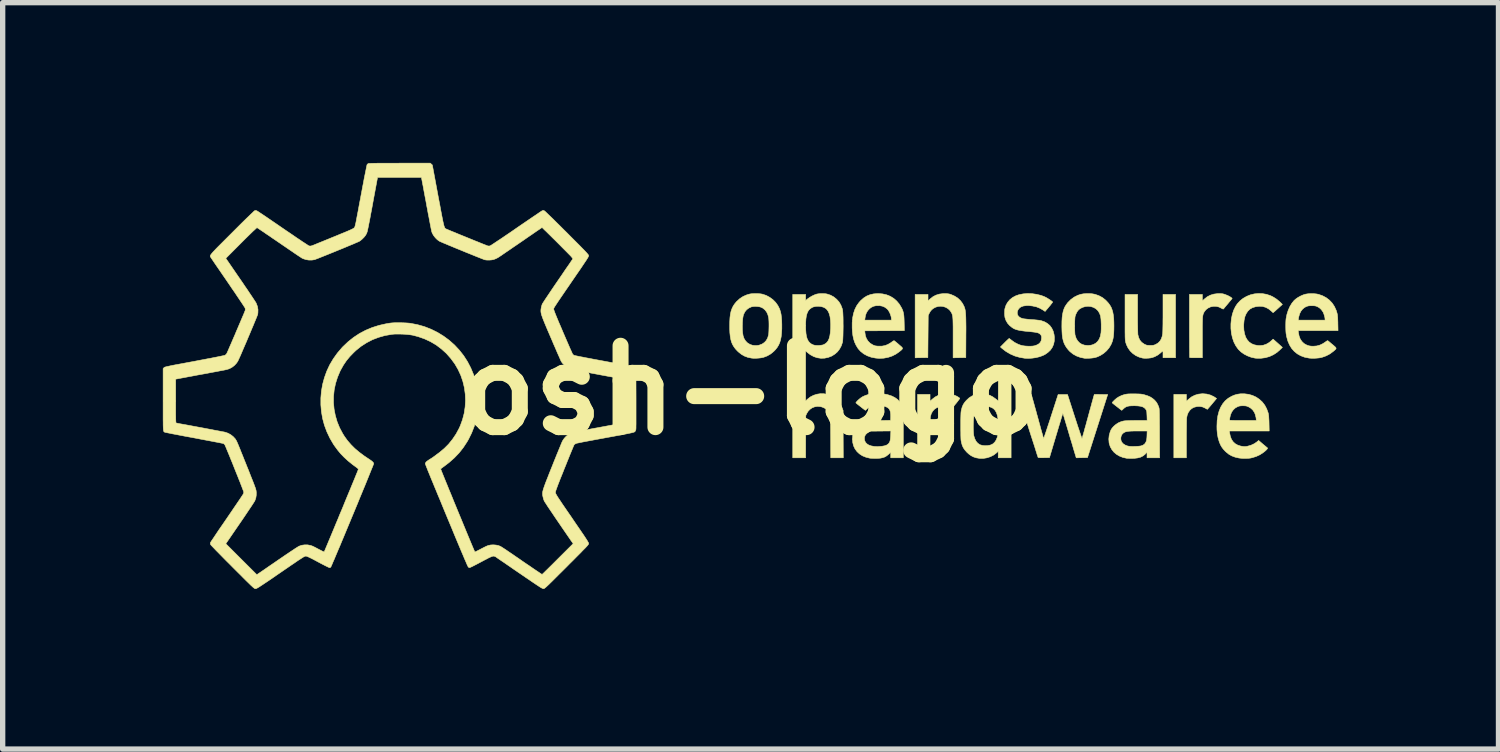
<source format=kicad_pcb>
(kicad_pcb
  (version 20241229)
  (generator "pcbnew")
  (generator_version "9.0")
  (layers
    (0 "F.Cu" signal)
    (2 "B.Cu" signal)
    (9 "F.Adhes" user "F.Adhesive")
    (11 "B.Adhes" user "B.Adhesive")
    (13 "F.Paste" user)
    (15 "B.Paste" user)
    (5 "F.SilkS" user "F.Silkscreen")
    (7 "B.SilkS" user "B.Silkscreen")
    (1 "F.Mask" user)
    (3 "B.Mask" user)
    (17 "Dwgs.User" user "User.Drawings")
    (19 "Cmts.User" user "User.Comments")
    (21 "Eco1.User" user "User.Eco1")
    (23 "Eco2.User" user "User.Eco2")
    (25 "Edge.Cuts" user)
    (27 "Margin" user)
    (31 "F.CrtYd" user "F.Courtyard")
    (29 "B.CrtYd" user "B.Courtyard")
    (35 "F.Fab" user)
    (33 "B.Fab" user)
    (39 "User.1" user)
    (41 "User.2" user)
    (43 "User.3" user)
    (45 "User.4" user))
  (footprint "osh-logo"
    (layer "F.Cu")
    (at 11.003 4.26)
    (property "Reference" "osh-logo" (at 0 0 0) (layer "F.SilkS") (effects (font (size 1.524 1.524) (thickness 0.3))))
    (attr through_hole)
    (fp_poly (pts (xy 8.548 0.07) (xy 8.615 0.088) (xy 8.679 0.118) (xy 8.702 0.133) (xy 8.731 0.153) (xy 8.647 0.254) (xy 8.622 0.284) (xy 8.599 0.311) (xy 8.58 0.332) (xy 8.567 0.348) (xy 8.56 0.355) (xy 8.559 0.355) (xy 8.552 0.352) (xy 8.537 0.345) (xy 8.52 0.334) (xy 8.471 0.312) (xy 8.419 0.302) (xy 8.364 0.304) (xy 8.309 0.318) (xy 8.308 0.318) (xy 8.266 0.341) (xy 8.231 0.373) (xy 8.202 0.414) (xy 8.182 0.462) (xy 8.173 0.505) (xy 8.171 0.52) (xy 8.17 0.546) (xy 8.169 0.583) (xy 8.168 0.629) (xy 8.168 0.682) (xy 8.167 0.742) (xy 8.166 0.807) (xy 8.166 0.876) (xy 8.166 0.906) (xy 8.166 1.264) (xy 7.931 1.264) (xy 7.931 0.076) (xy 8.166 0.076) (xy 8.166 0.204) (xy 8.207 0.167) (xy 8.263 0.123) (xy 8.324 0.092) (xy 8.39 0.072) (xy 8.461 0.064) (xy 8.477 0.064) (xy 8.548 0.07)) (stroke (width 0.01) (type solid)) (fill yes) (layer "F.SilkS"))
    (fp_poly (pts (xy 3.715 0.065) (xy 3.782 0.078) (xy 3.846 0.101) (xy 3.884 0.121) (xy 3.903 0.134) (xy 3.917 0.144) (xy 3.922 0.151) (xy 3.919 0.157) (xy 3.909 0.171) (xy 3.894 0.191) (xy 3.875 0.216) (xy 3.854 0.243) (xy 3.831 0.27) (xy 3.81 0.296) (xy 3.79 0.32) (xy 3.774 0.338) (xy 3.763 0.35) (xy 3.759 0.353) (xy 3.751 0.351) (xy 3.736 0.345) (xy 3.723 0.337) (xy 3.686 0.318) (xy 3.651 0.307) (xy 3.612 0.303) (xy 3.594 0.303) (xy 3.539 0.309) (xy 3.491 0.326) (xy 3.449 0.353) (xy 3.415 0.39) (xy 3.389 0.435) (xy 3.373 0.489) (xy 3.372 0.492) (xy 3.371 0.508) (xy 3.369 0.536) (xy 3.368 0.577) (xy 3.367 0.629) (xy 3.366 0.693) (xy 3.366 0.768) (xy 3.366 0.854) (xy 3.365 0.897) (xy 3.365 1.264) (xy 3.131 1.264) (xy 3.131 0.076) (xy 3.365 0.076) (xy 3.365 0.205) (xy 3.406 0.167) (xy 3.46 0.125) (xy 3.519 0.094) (xy 3.582 0.074) (xy 3.648 0.064) (xy 3.715 0.065)) (stroke (width 0.01) (type solid)) (fill yes) (layer "F.SilkS"))
    (fp_poly (pts (xy 3.673 -1.811) (xy 3.701 -1.808) (xy 3.726 -1.804) (xy 3.754 -1.795) (xy 3.758 -1.794) (xy 3.824 -1.765) (xy 3.883 -1.728) (xy 3.933 -1.681) (xy 3.974 -1.627) (xy 4.005 -1.566) (xy 4.01 -1.551) (xy 4.016 -1.533) (xy 4.021 -1.514) (xy 4.025 -1.493) (xy 4.028 -1.468) (xy 4.031 -1.439) (xy 4.033 -1.405) (xy 4.035 -1.364) (xy 4.036 -1.316) (xy 4.037 -1.26) (xy 4.038 -1.195) (xy 4.038 -1.119) (xy 4.037 -1.032) (xy 4.037 -0.987) (xy 4.035 -0.613) (xy 3.916 -0.611) (xy 3.797 -0.609) (xy 3.797 -0.977) (xy 3.797 -1.06) (xy 3.797 -1.132) (xy 3.797 -1.193) (xy 3.796 -1.244) (xy 3.795 -1.287) (xy 3.794 -1.323) (xy 3.792 -1.352) (xy 3.79 -1.376) (xy 3.787 -1.395) (xy 3.783 -1.412) (xy 3.779 -1.425) (xy 3.774 -1.438) (xy 3.768 -1.451) (xy 3.768 -1.451) (xy 3.74 -1.494) (xy 3.704 -1.528) (xy 3.662 -1.553) (xy 3.615 -1.569) (xy 3.566 -1.575) (xy 3.516 -1.571) (xy 3.467 -1.556) (xy 3.425 -1.533) (xy 3.396 -1.509) (xy 3.372 -1.481) (xy 3.351 -1.444) (xy 3.345 -1.432) (xy 3.331 -1.4) (xy 3.324 -0.613) (xy 3.205 -0.611) (xy 3.086 -0.609) (xy 3.086 -1.797) (xy 3.327 -1.797) (xy 3.327 -1.675) (xy 3.369 -1.713) (xy 3.421 -1.754) (xy 3.477 -1.783) (xy 3.539 -1.802) (xy 3.607 -1.811) (xy 3.639 -1.812) (xy 3.673 -1.811)) (stroke (width 0.01) (type solid)) (fill yes) (layer "F.SilkS"))
    (fp_poly (pts (xy 8.811 -1.811) (xy 8.838 -1.809) (xy 8.862 -1.804) (xy 8.888 -1.796) (xy 8.89 -1.795) (xy 8.943 -1.774) (xy 8.989 -1.749) (xy 9.01 -1.734) (xy 9.021 -1.725) (xy 9.022 -1.718) (xy 9.016 -1.71) (xy 9.009 -1.702) (xy 8.995 -1.685) (xy 8.976 -1.663) (xy 8.954 -1.636) (xy 8.935 -1.613) (xy 8.911 -1.585) (xy 8.89 -1.56) (xy 8.874 -1.54) (xy 8.863 -1.527) (xy 8.859 -1.522) (xy 8.851 -1.523) (xy 8.837 -1.529) (xy 8.818 -1.539) (xy 8.773 -1.561) (xy 8.727 -1.572) (xy 8.676 -1.573) (xy 8.672 -1.573) (xy 8.62 -1.563) (xy 8.574 -1.542) (xy 8.534 -1.512) (xy 8.503 -1.474) (xy 8.491 -1.452) (xy 8.486 -1.44) (xy 8.481 -1.428) (xy 8.477 -1.414) (xy 8.474 -1.399) (xy 8.471 -1.38) (xy 8.469 -1.357) (xy 8.468 -1.328) (xy 8.467 -1.293) (xy 8.466 -1.251) (xy 8.465 -1.2) (xy 8.465 -1.139) (xy 8.465 -1.068) (xy 8.465 -0.986) (xy 8.465 -0.61) (xy 8.348 -0.61) (xy 8.311 -0.61) (xy 8.278 -0.61) (xy 8.252 -0.611) (xy 8.234 -0.613) (xy 8.227 -0.614) (xy 8.227 -0.621) (xy 8.226 -0.639) (xy 8.226 -0.669) (xy 8.225 -0.708) (xy 8.225 -0.757) (xy 8.224 -0.814) (xy 8.224 -0.878) (xy 8.224 -0.949) (xy 8.223 -1.026) (xy 8.223 -1.107) (xy 8.223 -1.191) (xy 8.223 -1.208) (xy 8.223 -1.797) (xy 8.465 -1.797) (xy 8.465 -1.737) (xy 8.465 -1.711) (xy 8.465 -1.69) (xy 8.466 -1.678) (xy 8.466 -1.676) (xy 8.471 -1.68) (xy 8.483 -1.691) (xy 8.5 -1.706) (xy 8.504 -1.71) (xy 8.557 -1.752) (xy 8.615 -1.782) (xy 8.68 -1.802) (xy 8.751 -1.811) (xy 8.776 -1.812) (xy 8.811 -1.811)) (stroke (width 0.01) (type solid)) (fill yes) (layer "F.SilkS"))
    (fp_poly (pts (xy 7.252 -1.44) (xy 7.252 -1.36) (xy 7.252 -1.287) (xy 7.253 -1.221) (xy 7.254 -1.165) (xy 7.255 -1.117) (xy 7.256 -1.08) (xy 7.257 -1.054) (xy 7.258 -1.041) (xy 7.273 -0.985) (xy 7.296 -0.938) (xy 7.329 -0.899) (xy 7.372 -0.868) (xy 7.384 -0.862) (xy 7.405 -0.852) (xy 7.422 -0.846) (xy 7.439 -0.843) (xy 7.461 -0.842) (xy 7.49 -0.841) (xy 7.52 -0.842) (xy 7.542 -0.843) (xy 7.559 -0.847) (xy 7.576 -0.853) (xy 7.596 -0.862) (xy 7.638 -0.888) (xy 7.671 -0.922) (xy 7.696 -0.963) (xy 7.713 -1.013) (xy 7.722 -1.063) (xy 7.723 -1.08) (xy 7.724 -1.107) (xy 7.725 -1.144) (xy 7.726 -1.19) (xy 7.727 -1.243) (xy 7.727 -1.302) (xy 7.728 -1.365) (xy 7.728 -1.431) (xy 7.728 -1.456) (xy 7.728 -1.797) (xy 7.963 -1.797) (xy 7.963 -0.61) (xy 7.728 -0.61) (xy 7.728 -0.673) (xy 7.728 -0.7) (xy 7.727 -0.721) (xy 7.725 -0.734) (xy 7.724 -0.737) (xy 7.718 -0.733) (xy 7.705 -0.722) (xy 7.688 -0.706) (xy 7.68 -0.699) (xy 7.629 -0.66) (xy 7.571 -0.629) (xy 7.524 -0.613) (xy 7.491 -0.606) (xy 7.452 -0.602) (xy 7.411 -0.6) (xy 7.373 -0.601) (xy 7.349 -0.603) (xy 7.281 -0.622) (xy 7.218 -0.651) (xy 7.162 -0.69) (xy 7.113 -0.738) (xy 7.073 -0.794) (xy 7.043 -0.856) (xy 7.029 -0.899) (xy 7.027 -0.909) (xy 7.025 -0.92) (xy 7.023 -0.932) (xy 7.021 -0.946) (xy 7.02 -0.963) (xy 7.019 -0.985) (xy 7.018 -1.012) (xy 7.018 -1.046) (xy 7.017 -1.087) (xy 7.017 -1.136) (xy 7.017 -1.194) (xy 7.017 -1.263) (xy 7.017 -1.343) (xy 7.017 -1.373) (xy 7.017 -1.797) (xy 7.252 -1.797) (xy 7.252 -1.44)) (stroke (width 0.01) (type solid)) (fill yes) (layer "F.SilkS"))
    (fp_poly (pts (xy 9.589 -1.811) (xy 9.665 -1.798) (xy 9.738 -1.774) (xy 9.784 -1.752) (xy 9.856 -1.707) (xy 9.92 -1.653) (xy 9.933 -1.64) (xy 9.964 -1.609) (xy 9.878 -1.531) (xy 9.851 -1.507) (xy 9.827 -1.485) (xy 9.808 -1.469) (xy 9.795 -1.458) (xy 9.79 -1.454) (xy 9.785 -1.458) (xy 9.773 -1.469) (xy 9.757 -1.484) (xy 9.753 -1.487) (xy 9.703 -1.527) (xy 9.649 -1.555) (xy 9.591 -1.571) (xy 9.529 -1.574) (xy 9.462 -1.566) (xy 9.46 -1.565) (xy 9.404 -1.548) (xy 9.356 -1.521) (xy 9.317 -1.483) (xy 9.286 -1.436) (xy 9.262 -1.38) (xy 9.247 -1.313) (xy 9.24 -1.237) (xy 9.239 -1.206) (xy 9.243 -1.127) (xy 9.256 -1.057) (xy 9.276 -0.996) (xy 9.305 -0.946) (xy 9.341 -0.905) (xy 9.386 -0.873) (xy 9.439 -0.852) (xy 9.5 -0.84) (xy 9.544 -0.838) (xy 9.604 -0.844) (xy 9.661 -0.863) (xy 9.715 -0.894) (xy 9.759 -0.93) (xy 9.79 -0.959) (xy 9.877 -0.882) (xy 9.964 -0.804) (xy 9.93 -0.77) (xy 9.866 -0.713) (xy 9.796 -0.667) (xy 9.722 -0.633) (xy 9.644 -0.611) (xy 9.562 -0.6) (xy 9.557 -0.6) (xy 9.524 -0.6) (xy 9.491 -0.6) (xy 9.463 -0.602) (xy 9.452 -0.603) (xy 9.38 -0.619) (xy 9.311 -0.645) (xy 9.247 -0.678) (xy 9.189 -0.719) (xy 9.141 -0.765) (xy 9.137 -0.77) (xy 9.092 -0.833) (xy 9.055 -0.905) (xy 9.028 -0.984) (xy 9.009 -1.069) (xy 9 -1.159) (xy 9 -1.245) (xy 9.009 -1.34) (xy 9.027 -1.426) (xy 9.053 -1.503) (xy 9.087 -1.572) (xy 9.121 -1.622) (xy 9.172 -1.677) (xy 9.23 -1.723) (xy 9.295 -1.76) (xy 9.364 -1.788) (xy 9.438 -1.806) (xy 9.513 -1.813) (xy 9.589 -1.811)) (stroke (width 0.01) (type solid)) (fill yes) (layer "F.SilkS"))
    (fp_poly (pts (xy 2.474 -1.806) (xy 2.55 -1.789) (xy 2.62 -1.761) (xy 2.684 -1.722) (xy 2.74 -1.673) (xy 2.789 -1.615) (xy 2.826 -1.554) (xy 2.842 -1.523) (xy 2.854 -1.494) (xy 2.863 -1.464) (xy 2.87 -1.432) (xy 2.875 -1.396) (xy 2.878 -1.353) (xy 2.88 -1.3) (xy 2.881 -1.262) (xy 2.884 -1.118) (xy 2.143 -1.114) (xy 2.145 -1.086) (xy 2.154 -1.024) (xy 2.173 -0.97) (xy 2.203 -0.923) (xy 2.242 -0.883) (xy 2.29 -0.853) (xy 2.297 -0.849) (xy 2.319 -0.84) (xy 2.339 -0.833) (xy 2.362 -0.83) (xy 2.391 -0.827) (xy 2.403 -0.827) (xy 2.467 -0.828) (xy 2.525 -0.839) (xy 2.579 -0.861) (xy 2.633 -0.893) (xy 2.65 -0.906) (xy 2.671 -0.921) (xy 2.687 -0.929) (xy 2.694 -0.929) (xy 2.701 -0.924) (xy 2.717 -0.911) (xy 2.738 -0.894) (xy 2.763 -0.873) (xy 2.78 -0.858) (xy 2.81 -0.832) (xy 2.832 -0.813) (xy 2.845 -0.798) (xy 2.85 -0.786) (xy 2.846 -0.775) (xy 2.836 -0.762) (xy 2.818 -0.746) (xy 2.803 -0.734) (xy 2.735 -0.684) (xy 2.661 -0.645) (xy 2.582 -0.618) (xy 2.499 -0.602) (xy 2.413 -0.598) (xy 2.345 -0.604) (xy 2.264 -0.62) (xy 2.191 -0.646) (xy 2.126 -0.681) (xy 2.068 -0.726) (xy 2.019 -0.78) (xy 1.98 -0.843) (xy 1.979 -0.845) (xy 1.953 -0.901) (xy 1.934 -0.96) (xy 1.92 -1.025) (xy 1.911 -1.097) (xy 1.907 -1.168) (xy 1.907 -1.269) (xy 1.912 -1.314) (xy 2.142 -1.314) (xy 2.642 -1.314) (xy 2.642 -1.333) (xy 2.637 -1.375) (xy 2.624 -1.42) (xy 2.605 -1.463) (xy 2.582 -1.501) (xy 2.561 -1.525) (xy 2.519 -1.556) (xy 2.473 -1.576) (xy 2.42 -1.586) (xy 2.409 -1.586) (xy 2.353 -1.585) (xy 2.305 -1.574) (xy 2.263 -1.553) (xy 2.232 -1.529) (xy 2.198 -1.492) (xy 2.173 -1.451) (xy 2.156 -1.403) (xy 2.147 -1.351) (xy 2.142 -1.314) (xy 1.912 -1.314) (xy 1.916 -1.36) (xy 1.933 -1.443) (xy 1.958 -1.517) (xy 1.992 -1.585) (xy 2.035 -1.645) (xy 2.069 -1.683) (xy 2.123 -1.73) (xy 2.18 -1.766) (xy 2.242 -1.791) (xy 2.309 -1.806) (xy 2.383 -1.812) (xy 2.394 -1.812) (xy 2.474 -1.806)) (stroke (width 0.01) (type solid)) (fill yes) (layer "F.SilkS"))
    (fp_poly (pts (xy 4.883 1.264) (xy 4.642 1.264) (xy 4.642 1.142) (xy 4.608 1.173) (xy 4.555 1.213) (xy 4.496 1.243) (xy 4.431 1.264) (xy 4.364 1.275) (xy 4.296 1.275) (xy 4.23 1.264) (xy 4.179 1.247) (xy 4.134 1.224) (xy 4.091 1.193) (xy 4.054 1.159) (xy 4.017 1.117) (xy 3.989 1.076) (xy 3.968 1.031) (xy 3.954 0.98) (xy 3.952 0.972) (xy 3.949 0.956) (xy 3.946 0.94) (xy 3.944 0.921) (xy 3.943 0.899) (xy 3.942 0.871) (xy 3.941 0.837) (xy 3.941 0.794) (xy 3.94 0.742) (xy 3.94 0.691) (xy 4.175 0.691) (xy 4.176 0.74) (xy 4.178 0.784) (xy 4.181 0.823) (xy 4.185 0.851) (xy 4.186 0.855) (xy 4.203 0.908) (xy 4.227 0.954) (xy 4.257 0.989) (xy 4.292 1.015) (xy 4.303 1.02) (xy 4.345 1.032) (xy 4.392 1.037) (xy 4.442 1.035) (xy 4.488 1.027) (xy 4.506 1.021) (xy 4.544 1.002) (xy 4.576 0.972) (xy 4.602 0.933) (xy 4.623 0.882) (xy 4.628 0.867) (xy 4.631 0.848) (xy 4.634 0.819) (xy 4.637 0.782) (xy 4.639 0.74) (xy 4.64 0.695) (xy 4.641 0.65) (xy 4.641 0.608) (xy 4.64 0.57) (xy 4.638 0.539) (xy 4.636 0.524) (xy 4.624 0.464) (xy 4.607 0.415) (xy 4.584 0.376) (xy 4.556 0.346) (xy 4.541 0.335) (xy 4.512 0.32) (xy 4.482 0.309) (xy 4.447 0.304) (xy 4.407 0.303) (xy 4.351 0.307) (xy 4.303 0.321) (xy 4.263 0.345) (xy 4.231 0.378) (xy 4.206 0.422) (xy 4.188 0.476) (xy 4.186 0.485) (xy 4.182 0.512) (xy 4.179 0.549) (xy 4.177 0.593) (xy 4.175 0.641) (xy 4.175 0.691) (xy 3.94 0.691) (xy 3.94 0.679) (xy 3.94 0.67) (xy 3.94 0.605) (xy 3.94 0.552) (xy 3.941 0.508) (xy 3.942 0.473) (xy 3.943 0.444) (xy 3.944 0.421) (xy 3.946 0.402) (xy 3.948 0.386) (xy 3.951 0.371) (xy 3.952 0.368) (xy 3.967 0.312) (xy 3.988 0.264) (xy 4.018 0.22) (xy 4.044 0.19) (xy 4.095 0.142) (xy 4.149 0.107) (xy 4.207 0.083) (xy 4.27 0.069) (xy 4.312 0.065) (xy 4.375 0.066) (xy 4.434 0.076) (xy 4.489 0.095) (xy 4.544 0.125) (xy 4.596 0.162) (xy 4.642 0.197) (xy 4.645 -0.403) (xy 4.764 -0.405) (xy 4.883 -0.407) (xy 4.883 1.264)) (stroke (width 0.01) (type solid)) (fill yes) (layer "F.SilkS"))
    (fp_poly (pts (xy 0.157 -1.81) (xy 0.198 -1.806) (xy 0.225 -1.801) (xy 0.297 -1.777) (xy 0.362 -1.742) (xy 0.421 -1.699) (xy 0.473 -1.647) (xy 0.515 -1.588) (xy 0.548 -1.523) (xy 0.565 -1.469) (xy 0.575 -1.423) (xy 0.582 -1.367) (xy 0.587 -1.304) (xy 0.589 -1.237) (xy 0.589 -1.169) (xy 0.589 -1.149) (xy 0.584 -1.071) (xy 0.577 -1.003) (xy 0.565 -0.945) (xy 0.55 -0.893) (xy 0.529 -0.847) (xy 0.503 -0.804) (xy 0.471 -0.763) (xy 0.439 -0.73) (xy 0.381 -0.682) (xy 0.317 -0.645) (xy 0.247 -0.618) (xy 0.237 -0.616) (xy 0.198 -0.608) (xy 0.152 -0.603) (xy 0.104 -0.6) (xy 0.059 -0.6) (xy 0.025 -0.603) (xy -0.046 -0.617) (xy -0.11 -0.641) (xy -0.168 -0.674) (xy -0.224 -0.719) (xy -0.245 -0.739) (xy -0.281 -0.778) (xy -0.31 -0.818) (xy -0.334 -0.859) (xy -0.353 -0.904) (xy -0.367 -0.955) (xy -0.377 -1.012) (xy -0.384 -1.078) (xy -0.387 -1.154) (xy -0.387 -1.184) (xy -0.15 -1.184) (xy -0.149 -1.129) (xy -0.145 -1.078) (xy -0.138 -1.034) (xy -0.136 -1.021) (xy -0.118 -0.97) (xy -0.09 -0.925) (xy -0.054 -0.888) (xy -0.009 -0.861) (xy 0.036 -0.845) (xy 0.072 -0.84) (xy 0.113 -0.839) (xy 0.151 -0.843) (xy 0.168 -0.847) (xy 0.22 -0.867) (xy 0.263 -0.896) (xy 0.298 -0.934) (xy 0.324 -0.981) (xy 0.34 -1.036) (xy 0.343 -1.051) (xy 0.345 -1.077) (xy 0.347 -1.113) (xy 0.348 -1.155) (xy 0.349 -1.199) (xy 0.349 -1.244) (xy 0.348 -1.287) (xy 0.346 -1.323) (xy 0.344 -1.351) (xy 0.343 -1.358) (xy 0.328 -1.416) (xy 0.305 -1.466) (xy 0.273 -1.507) (xy 0.234 -1.539) (xy 0.2 -1.556) (xy 0.168 -1.565) (xy 0.129 -1.57) (xy 0.088 -1.572) (xy 0.05 -1.569) (xy 0.022 -1.564) (xy -0.027 -1.542) (xy -0.069 -1.511) (xy -0.102 -1.471) (xy -0.126 -1.422) (xy -0.128 -1.419) (xy -0.136 -1.386) (xy -0.143 -1.343) (xy -0.147 -1.293) (xy -0.15 -1.239) (xy -0.15 -1.184) (xy -0.387 -1.184) (xy -0.387 -1.207) (xy -0.386 -1.29) (xy -0.382 -1.362) (xy -0.374 -1.425) (xy -0.362 -1.48) (xy -0.345 -1.529) (xy -0.324 -1.573) (xy -0.298 -1.614) (xy -0.266 -1.653) (xy -0.257 -1.663) (xy -0.199 -1.716) (xy -0.137 -1.757) (xy -0.069 -1.787) (xy -0.01 -1.804) (xy 0.024 -1.809) (xy 0.066 -1.811) (xy 0.112 -1.812) (xy 0.157 -1.81)) (stroke (width 0.01) (type solid)) (fill yes) (layer "F.SilkS"))
    (fp_poly (pts (xy 6.401 -1.808) (xy 6.45 -1.799) (xy 6.455 -1.798) (xy 6.528 -1.772) (xy 6.595 -1.736) (xy 6.655 -1.688) (xy 6.707 -1.632) (xy 6.734 -1.594) (xy 6.757 -1.554) (xy 6.774 -1.511) (xy 6.788 -1.463) (xy 6.798 -1.408) (xy 6.805 -1.345) (xy 6.808 -1.273) (xy 6.809 -1.206) (xy 6.808 -1.132) (xy 6.805 -1.068) (xy 6.8 -1.013) (xy 6.792 -0.965) (xy 6.781 -0.922) (xy 6.766 -0.882) (xy 6.753 -0.854) (xy 6.717 -0.794) (xy 6.671 -0.74) (xy 6.616 -0.692) (xy 6.555 -0.653) (xy 6.49 -0.624) (xy 6.451 -0.613) (xy 6.424 -0.608) (xy 6.391 -0.604) (xy 6.353 -0.601) (xy 6.315 -0.6) (xy 6.281 -0.599) (xy 6.256 -0.601) (xy 6.255 -0.601) (xy 6.179 -0.617) (xy 6.108 -0.643) (xy 6.043 -0.679) (xy 5.986 -0.725) (xy 5.954 -0.759) (xy 5.923 -0.798) (xy 5.897 -0.839) (xy 5.876 -0.881) (xy 5.86 -0.928) (xy 5.848 -0.98) (xy 5.84 -1.04) (xy 5.836 -1.108) (xy 5.834 -1.187) (xy 5.834 -1.205) (xy 6.073 -1.205) (xy 6.074 -1.16) (xy 6.075 -1.117) (xy 6.077 -1.079) (xy 6.079 -1.048) (xy 6.083 -1.029) (xy 6.102 -0.972) (xy 6.13 -0.926) (xy 6.165 -0.889) (xy 6.208 -0.862) (xy 6.258 -0.846) (xy 6.315 -0.84) (xy 6.331 -0.84) (xy 6.382 -0.846) (xy 6.421 -0.857) (xy 6.466 -0.881) (xy 6.503 -0.914) (xy 6.533 -0.958) (xy 6.554 -1.01) (xy 6.566 -1.072) (xy 6.567 -1.076) (xy 6.569 -1.109) (xy 6.571 -1.148) (xy 6.571 -1.192) (xy 6.571 -1.238) (xy 6.569 -1.283) (xy 6.567 -1.325) (xy 6.563 -1.36) (xy 6.559 -1.386) (xy 6.558 -1.394) (xy 6.537 -1.448) (xy 6.508 -1.493) (xy 6.471 -1.528) (xy 6.425 -1.554) (xy 6.375 -1.569) (xy 6.325 -1.574) (xy 6.273 -1.569) (xy 6.222 -1.554) (xy 6.177 -1.531) (xy 6.152 -1.512) (xy 6.131 -1.489) (xy 6.111 -1.457) (xy 6.094 -1.42) (xy 6.082 -1.384) (xy 6.079 -1.364) (xy 6.077 -1.333) (xy 6.075 -1.295) (xy 6.074 -1.251) (xy 6.073 -1.205) (xy 5.834 -1.205) (xy 5.834 -1.213) (xy 5.835 -1.293) (xy 5.839 -1.363) (xy 5.847 -1.423) (xy 5.858 -1.476) (xy 5.873 -1.523) (xy 5.892 -1.566) (xy 5.917 -1.605) (xy 5.946 -1.644) (xy 5.948 -1.646) (xy 6.003 -1.701) (xy 6.065 -1.746) (xy 6.133 -1.78) (xy 6.188 -1.798) (xy 6.235 -1.807) (xy 6.289 -1.811) (xy 6.346 -1.812) (xy 6.401 -1.808)) (stroke (width 0.01) (type solid)) (fill yes) (layer "F.SilkS"))
    (fp_poly (pts (xy 10.551 -1.81) (xy 10.603 -1.805) (xy 10.639 -1.798) (xy 10.716 -1.771) (xy 10.784 -1.735) (xy 10.844 -1.689) (xy 10.896 -1.634) (xy 10.938 -1.571) (xy 10.971 -1.499) (xy 10.986 -1.451) (xy 10.991 -1.431) (xy 10.995 -1.411) (xy 10.997 -1.388) (xy 11 -1.359) (xy 11.001 -1.323) (xy 11.003 -1.277) (xy 11.003 -1.259) (xy 11.006 -1.118) (xy 10.26 -1.118) (xy 10.265 -1.078) (xy 10.277 -1.016) (xy 10.298 -0.961) (xy 10.329 -0.915) (xy 10.367 -0.878) (xy 10.405 -0.855) (xy 10.441 -0.84) (xy 10.478 -0.83) (xy 10.52 -0.826) (xy 10.544 -0.826) (xy 10.607 -0.831) (xy 10.666 -0.847) (xy 10.722 -0.874) (xy 10.768 -0.904) (xy 10.788 -0.919) (xy 10.802 -0.927) (xy 10.811 -0.93) (xy 10.818 -0.927) (xy 10.819 -0.926) (xy 10.828 -0.919) (xy 10.844 -0.906) (xy 10.866 -0.887) (xy 10.892 -0.865) (xy 10.905 -0.855) (xy 10.934 -0.83) (xy 10.955 -0.811) (xy 10.966 -0.797) (xy 10.97 -0.786) (xy 10.965 -0.774) (xy 10.952 -0.76) (xy 10.932 -0.742) (xy 10.919 -0.731) (xy 10.856 -0.684) (xy 10.785 -0.646) (xy 10.709 -0.619) (xy 10.686 -0.613) (xy 10.652 -0.607) (xy 10.61 -0.603) (xy 10.565 -0.6) (xy 10.519 -0.6) (xy 10.479 -0.602) (xy 10.462 -0.604) (xy 10.381 -0.62) (xy 10.308 -0.647) (xy 10.244 -0.683) (xy 10.187 -0.729) (xy 10.138 -0.784) (xy 10.098 -0.849) (xy 10.066 -0.923) (xy 10.043 -1.006) (xy 10.033 -1.063) (xy 10.03 -1.095) (xy 10.028 -1.136) (xy 10.027 -1.182) (xy 10.027 -1.23) (xy 10.028 -1.275) (xy 10.03 -1.314) (xy 10.261 -1.314) (xy 10.763 -1.314) (xy 10.763 -1.332) (xy 10.76 -1.36) (xy 10.752 -1.393) (xy 10.741 -1.429) (xy 10.728 -1.461) (xy 10.724 -1.468) (xy 10.694 -1.511) (xy 10.656 -1.546) (xy 10.618 -1.568) (xy 10.6 -1.575) (xy 10.583 -1.58) (xy 10.564 -1.583) (xy 10.539 -1.584) (xy 10.516 -1.584) (xy 10.478 -1.584) (xy 10.45 -1.581) (xy 10.425 -1.574) (xy 10.402 -1.564) (xy 10.374 -1.548) (xy 10.374 -1.548) (xy 10.34 -1.519) (xy 10.31 -1.48) (xy 10.287 -1.433) (xy 10.271 -1.378) (xy 10.265 -1.345) (xy 10.261 -1.314) (xy 10.03 -1.314) (xy 10.03 -1.315) (xy 10.033 -1.343) (xy 10.049 -1.423) (xy 10.073 -1.499) (xy 10.104 -1.568) (xy 10.141 -1.63) (xy 10.183 -1.682) (xy 10.216 -1.711) (xy 10.256 -1.739) (xy 10.303 -1.765) (xy 10.353 -1.787) (xy 10.398 -1.801) (xy 10.444 -1.808) (xy 10.497 -1.811) (xy 10.551 -1.81)) (stroke (width 0.01) (type solid)) (fill yes) (layer "F.SilkS"))
    (fp_poly (pts (xy 9.252 0.065) (xy 9.331 0.075) (xy 9.404 0.096) (xy 9.472 0.127) (xy 9.534 0.169) (xy 9.588 0.219) (xy 9.634 0.279) (xy 9.67 0.347) (xy 9.697 0.422) (xy 9.7 0.433) (xy 9.704 0.455) (xy 9.708 0.485) (xy 9.71 0.524) (xy 9.713 0.574) (xy 9.714 0.618) (xy 9.717 0.762) (xy 8.972 0.762) (xy 8.976 0.799) (xy 8.989 0.862) (xy 9.01 0.917) (xy 9.04 0.962) (xy 9.079 0.999) (xy 9.127 1.026) (xy 9.183 1.044) (xy 9.212 1.049) (xy 9.243 1.053) (xy 9.268 1.053) (xy 9.295 1.05) (xy 9.314 1.046) (xy 9.377 1.028) (xy 9.437 1) (xy 9.484 0.968) (xy 9.519 0.939) (xy 9.599 1.008) (xy 9.627 1.031) (xy 9.651 1.051) (xy 9.67 1.067) (xy 9.683 1.078) (xy 9.686 1.081) (xy 9.686 1.088) (xy 9.678 1.1) (xy 9.662 1.118) (xy 9.64 1.138) (xy 9.614 1.159) (xy 9.604 1.166) (xy 9.542 1.207) (xy 9.472 1.239) (xy 9.398 1.262) (xy 9.36 1.27) (xy 9.32 1.274) (xy 9.273 1.275) (xy 9.223 1.275) (xy 9.177 1.271) (xy 9.146 1.267) (xy 9.077 1.251) (xy 9.016 1.228) (xy 8.962 1.198) (xy 8.913 1.158) (xy 8.893 1.14) (xy 8.857 1.101) (xy 8.829 1.063) (xy 8.806 1.023) (xy 8.786 0.976) (xy 8.778 0.953) (xy 8.759 0.887) (xy 8.746 0.816) (xy 8.739 0.738) (xy 8.738 0.673) (xy 8.742 0.571) (xy 8.744 0.558) (xy 8.976 0.558) (xy 8.976 0.559) (xy 8.983 0.561) (xy 9.001 0.562) (xy 9.03 0.563) (xy 9.067 0.564) (xy 9.112 0.565) (xy 9.163 0.565) (xy 9.219 0.565) (xy 9.227 0.565) (xy 9.474 0.565) (xy 9.474 0.545) (xy 9.471 0.515) (xy 9.463 0.481) (xy 9.453 0.445) (xy 9.44 0.415) (xy 9.438 0.411) (xy 9.407 0.366) (xy 9.367 0.331) (xy 9.329 0.309) (xy 9.307 0.3) (xy 9.289 0.294) (xy 9.27 0.291) (xy 9.246 0.29) (xy 9.227 0.289) (xy 9.192 0.29) (xy 9.166 0.293) (xy 9.143 0.299) (xy 9.13 0.304) (xy 9.085 0.328) (xy 9.046 0.363) (xy 9.015 0.406) (xy 8.993 0.457) (xy 8.982 0.503) (xy 8.978 0.527) (xy 8.976 0.547) (xy 8.976 0.558) (xy 8.744 0.558) (xy 8.755 0.478) (xy 8.777 0.394) (xy 8.807 0.319) (xy 8.846 0.253) (xy 8.893 0.196) (xy 8.949 0.149) (xy 9.014 0.111) (xy 9.014 0.111) (xy 9.069 0.088) (xy 9.124 0.073) (xy 9.182 0.065) (xy 9.247 0.065) (xy 9.252 0.065)) (stroke (width 0.01) (type solid)) (fill yes) (layer "F.SilkS"))
    (fp_poly (pts (xy 6.525 0.077) (xy 6.563 0.078) (xy 6.568 0.078) (xy 6.692 0.079) (xy 6.314 1.26) (xy 6.209 1.262) (xy 6.103 1.264) (xy 6.087 1.211) (xy 6.082 1.195) (xy 6.074 1.169) (xy 6.063 1.132) (xy 6.05 1.088) (xy 6.035 1.036) (xy 6.018 0.979) (xy 5.999 0.918) (xy 5.98 0.854) (xy 5.969 0.816) (xy 5.946 0.738) (xy 5.926 0.671) (xy 5.909 0.615) (xy 5.895 0.568) (xy 5.884 0.53) (xy 5.875 0.5) (xy 5.867 0.476) (xy 5.862 0.459) (xy 5.858 0.447) (xy 5.855 0.439) (xy 5.854 0.435) (xy 5.852 0.433) (xy 5.852 0.433) (xy 5.851 0.433) (xy 5.851 0.434) (xy 5.849 0.44) (xy 5.843 0.457) (xy 5.835 0.485) (xy 5.823 0.522) (xy 5.81 0.567) (xy 5.794 0.619) (xy 5.776 0.678) (xy 5.757 0.741) (xy 5.737 0.809) (xy 5.725 0.848) (xy 5.602 1.26) (xy 5.496 1.262) (xy 5.455 1.263) (xy 5.425 1.262) (xy 5.405 1.261) (xy 5.393 1.259) (xy 5.388 1.256) (xy 5.388 1.256) (xy 5.386 1.249) (xy 5.38 1.23) (xy 5.37 1.202) (xy 5.358 1.163) (xy 5.343 1.116) (xy 5.326 1.061) (xy 5.306 0.999) (xy 5.284 0.931) (xy 5.26 0.857) (xy 5.235 0.779) (xy 5.209 0.697) (xy 5.199 0.664) (xy 5.012 0.079) (xy 5.136 0.078) (xy 5.174 0.077) (xy 5.208 0.077) (xy 5.235 0.077) (xy 5.254 0.078) (xy 5.262 0.079) (xy 5.262 0.079) (xy 5.264 0.085) (xy 5.27 0.103) (xy 5.277 0.131) (xy 5.288 0.168) (xy 5.3 0.213) (xy 5.315 0.266) (xy 5.331 0.324) (xy 5.349 0.388) (xy 5.367 0.456) (xy 5.377 0.49) (xy 5.396 0.56) (xy 5.414 0.626) (xy 5.431 0.687) (xy 5.446 0.743) (xy 5.46 0.792) (xy 5.472 0.833) (xy 5.481 0.866) (xy 5.488 0.889) (xy 5.491 0.901) (xy 5.492 0.903) (xy 5.495 0.898) (xy 5.501 0.882) (xy 5.51 0.855) (xy 5.522 0.82) (xy 5.537 0.776) (xy 5.554 0.725) (xy 5.573 0.667) (xy 5.594 0.604) (xy 5.616 0.537) (xy 5.63 0.493) (xy 5.764 0.079) (xy 5.94 0.079) (xy 6.073 0.493) (xy 6.096 0.563) (xy 6.117 0.628) (xy 6.137 0.689) (xy 6.156 0.744) (xy 6.172 0.793) (xy 6.186 0.834) (xy 6.197 0.866) (xy 6.205 0.889) (xy 6.21 0.901) (xy 6.211 0.903) (xy 6.214 0.896) (xy 6.219 0.878) (xy 6.227 0.85) (xy 6.238 0.813) (xy 6.251 0.767) (xy 6.265 0.714) (xy 6.282 0.656) (xy 6.299 0.592) (xy 6.318 0.523) (xy 6.327 0.49) (xy 6.346 0.42) (xy 6.364 0.354) (xy 6.381 0.293) (xy 6.396 0.237) (xy 6.41 0.188) (xy 6.421 0.147) (xy 6.43 0.115) (xy 6.437 0.092) (xy 6.44 0.08) (xy 6.441 0.078) (xy 6.448 0.078) (xy 6.465 0.077) (xy 6.492 0.077) (xy 6.525 0.077)) (stroke (width 0.01) (type solid)) (fill yes) (layer "F.SilkS"))
    (fp_poly (pts (xy 5.275 -1.81) (xy 5.36 -1.798) (xy 5.442 -1.778) (xy 5.497 -1.758) (xy 5.521 -1.747) (xy 5.548 -1.733) (xy 5.576 -1.716) (xy 5.603 -1.699) (xy 5.628 -1.682) (xy 5.647 -1.668) (xy 5.659 -1.657) (xy 5.661 -1.653) (xy 5.657 -1.645) (xy 5.646 -1.63) (xy 5.63 -1.61) (xy 5.611 -1.585) (xy 5.604 -1.578) (xy 5.582 -1.551) (xy 5.562 -1.527) (xy 5.545 -1.508) (xy 5.535 -1.495) (xy 5.533 -1.494) (xy 5.52 -1.477) (xy 5.492 -1.497) (xy 5.425 -1.536) (xy 5.356 -1.564) (xy 5.282 -1.58) (xy 5.226 -1.586) (xy 5.166 -1.586) (xy 5.117 -1.58) (xy 5.077 -1.567) (xy 5.046 -1.548) (xy 5.022 -1.521) (xy 5.012 -1.505) (xy 4.999 -1.469) (xy 4.999 -1.435) (xy 5.009 -1.404) (xy 5.031 -1.378) (xy 5.062 -1.357) (xy 5.102 -1.343) (xy 5.113 -1.341) (xy 5.132 -1.338) (xy 5.161 -1.335) (xy 5.197 -1.331) (xy 5.237 -1.327) (xy 5.279 -1.324) (xy 5.28 -1.324) (xy 5.322 -1.321) (xy 5.362 -1.317) (xy 5.398 -1.313) (xy 5.426 -1.309) (xy 5.445 -1.305) (xy 5.445 -1.305) (xy 5.509 -1.283) (xy 5.563 -1.252) (xy 5.609 -1.213) (xy 5.644 -1.165) (xy 5.671 -1.109) (xy 5.688 -1.044) (xy 5.694 -0.991) (xy 5.692 -0.923) (xy 5.679 -0.861) (xy 5.654 -0.804) (xy 5.619 -0.753) (xy 5.572 -0.709) (xy 5.516 -0.67) (xy 5.476 -0.651) (xy 5.416 -0.629) (xy 5.347 -0.612) (xy 5.275 -0.602) (xy 5.203 -0.598) (xy 5.137 -0.601) (xy 5.044 -0.617) (xy 4.953 -0.643) (xy 4.867 -0.681) (xy 4.787 -0.728) (xy 4.714 -0.784) (xy 4.712 -0.786) (xy 4.683 -0.812) (xy 4.762 -0.892) (xy 4.788 -0.918) (xy 4.811 -0.94) (xy 4.83 -0.957) (xy 4.842 -0.968) (xy 4.847 -0.972) (xy 4.854 -0.968) (xy 4.867 -0.957) (xy 4.886 -0.943) (xy 4.893 -0.937) (xy 4.95 -0.896) (xy 5.017 -0.862) (xy 5.064 -0.845) (xy 5.1 -0.836) (xy 5.143 -0.83) (xy 5.19 -0.827) (xy 5.238 -0.826) (xy 5.281 -0.828) (xy 5.317 -0.833) (xy 5.321 -0.834) (xy 5.369 -0.851) (xy 5.405 -0.872) (xy 5.431 -0.899) (xy 5.447 -0.932) (xy 5.453 -0.971) (xy 5.454 -0.996) (xy 5.452 -1.013) (xy 5.446 -1.027) (xy 5.441 -1.035) (xy 5.431 -1.048) (xy 5.419 -1.059) (xy 5.405 -1.068) (xy 5.386 -1.076) (xy 5.362 -1.082) (xy 5.33 -1.088) (xy 5.289 -1.093) (xy 5.238 -1.099) (xy 5.205 -1.102) (xy 5.141 -1.108) (xy 5.088 -1.115) (xy 5.044 -1.122) (xy 5.007 -1.13) (xy 4.976 -1.139) (xy 4.949 -1.149) (xy 4.924 -1.162) (xy 4.905 -1.174) (xy 4.857 -1.212) (xy 4.817 -1.257) (xy 4.787 -1.309) (xy 4.768 -1.364) (xy 4.764 -1.395) (xy 4.761 -1.434) (xy 4.762 -1.474) (xy 4.764 -1.512) (xy 4.769 -1.537) (xy 4.789 -1.597) (xy 4.82 -1.65) (xy 4.861 -1.698) (xy 4.911 -1.738) (xy 4.971 -1.77) (xy 5.029 -1.79) (xy 5.107 -1.806) (xy 5.19 -1.813) (xy 5.275 -1.81)) (stroke (width 0.01) (type solid)) (fill yes) (layer "F.SilkS"))
    (fp_poly (pts (xy 1.366 -1.811) (xy 1.406 -1.809) (xy 1.435 -1.804) (xy 1.502 -1.782) (xy 1.562 -1.749) (xy 1.615 -1.706) (xy 1.66 -1.656) (xy 1.695 -1.597) (xy 1.72 -1.532) (xy 1.726 -1.51) (xy 1.729 -1.489) (xy 1.732 -1.457) (xy 1.734 -1.416) (xy 1.736 -1.368) (xy 1.737 -1.314) (xy 1.737 -1.257) (xy 1.738 -1.198) (xy 1.737 -1.14) (xy 1.736 -1.084) (xy 1.735 -1.031) (xy 1.733 -0.985) (xy 1.731 -0.946) (xy 1.728 -0.916) (xy 1.726 -0.902) (xy 1.704 -0.835) (xy 1.672 -0.775) (xy 1.631 -0.721) (xy 1.58 -0.677) (xy 1.524 -0.642) (xy 1.457 -0.616) (xy 1.389 -0.602) (xy 1.321 -0.6) (xy 1.253 -0.61) (xy 1.187 -0.632) (xy 1.124 -0.666) (xy 1.064 -0.712) (xy 1.061 -0.715) (xy 1.035 -0.738) (xy 1.035 0.198) (xy 1.072 0.164) (xy 1.125 0.123) (xy 1.184 0.093) (xy 1.246 0.073) (xy 1.311 0.063) (xy 1.377 0.064) (xy 1.442 0.076) (xy 1.504 0.098) (xy 1.563 0.131) (xy 1.616 0.174) (xy 1.62 0.178) (xy 1.658 0.22) (xy 1.688 0.262) (xy 1.711 0.309) (xy 1.722 0.337) (xy 1.737 0.378) (xy 1.738 0.821) (xy 1.74 1.264) (xy 1.506 1.264) (xy 1.504 0.878) (xy 1.503 0.798) (xy 1.503 0.73) (xy 1.502 0.673) (xy 1.502 0.625) (xy 1.501 0.586) (xy 1.5 0.554) (xy 1.499 0.529) (xy 1.498 0.509) (xy 1.497 0.494) (xy 1.495 0.482) (xy 1.493 0.473) (xy 1.491 0.465) (xy 1.488 0.457) (xy 1.488 0.455) (xy 1.463 0.405) (xy 1.431 0.364) (xy 1.391 0.334) (xy 1.343 0.313) (xy 1.31 0.305) (xy 1.256 0.301) (xy 1.205 0.309) (xy 1.157 0.328) (xy 1.115 0.357) (xy 1.08 0.394) (xy 1.056 0.434) (xy 1.038 0.473) (xy 1.036 0.868) (xy 1.035 1.264) (xy 0.794 1.264) (xy 0.794 -1.207) (xy 1.035 -1.207) (xy 1.037 -1.129) (xy 1.042 -1.064) (xy 1.051 -1.008) (xy 1.065 -0.963) (xy 1.084 -0.925) (xy 1.108 -0.895) (xy 1.137 -0.871) (xy 1.173 -0.853) (xy 1.191 -0.847) (xy 1.216 -0.842) (xy 1.249 -0.84) (xy 1.286 -0.84) (xy 1.322 -0.844) (xy 1.353 -0.849) (xy 1.372 -0.855) (xy 1.406 -0.874) (xy 1.435 -0.899) (xy 1.458 -0.931) (xy 1.475 -0.97) (xy 1.488 -1.018) (xy 1.497 -1.076) (xy 1.502 -1.145) (xy 1.503 -1.156) (xy 1.504 -1.241) (xy 1.5 -1.315) (xy 1.492 -1.379) (xy 1.478 -1.432) (xy 1.459 -1.476) (xy 1.435 -1.511) (xy 1.406 -1.537) (xy 1.406 -1.537) (xy 1.368 -1.557) (xy 1.323 -1.569) (xy 1.274 -1.574) (xy 1.226 -1.572) (xy 1.181 -1.562) (xy 1.159 -1.553) (xy 1.127 -1.533) (xy 1.099 -1.508) (xy 1.078 -1.477) (xy 1.061 -1.438) (xy 1.048 -1.39) (xy 1.04 -1.334) (xy 1.036 -1.266) (xy 1.035 -1.207) (xy 0.794 -1.207) (xy 0.794 -1.797) (xy 1.035 -1.797) (xy 1.035 -1.682) (xy 1.075 -1.715) (xy 1.111 -1.74) (xy 1.153 -1.765) (xy 1.197 -1.786) (xy 1.238 -1.801) (xy 1.251 -1.804) (xy 1.284 -1.809) (xy 1.324 -1.812) (xy 1.366 -1.811)) (stroke (width 0.01) (type solid)) (fill yes) (layer "F.SilkS"))
    (fp_poly (pts (xy 2.383 0.067) (xy 2.384 0.067) (xy 2.43 0.067) (xy 2.466 0.068) (xy 2.494 0.069) (xy 2.516 0.071) (xy 2.536 0.074) (xy 2.555 0.078) (xy 2.577 0.083) (xy 2.579 0.084) (xy 2.649 0.107) (xy 2.708 0.137) (xy 2.757 0.172) (xy 2.768 0.183) (xy 2.802 0.223) (xy 2.828 0.266) (xy 2.846 0.316) (xy 2.851 0.334) (xy 2.854 0.344) (xy 2.856 0.354) (xy 2.858 0.366) (xy 2.859 0.38) (xy 2.86 0.397) (xy 2.861 0.418) (xy 2.862 0.445) (xy 2.863 0.477) (xy 2.863 0.517) (xy 2.864 0.565) (xy 2.864 0.623) (xy 2.864 0.69) (xy 2.864 0.768) (xy 2.864 0.823) (xy 2.864 1.264) (xy 2.629 1.264) (xy 2.629 1.213) (xy 2.629 1.189) (xy 2.628 1.171) (xy 2.627 1.163) (xy 2.627 1.162) (xy 2.622 1.166) (xy 2.61 1.177) (xy 2.594 1.193) (xy 2.587 1.199) (xy 2.553 1.227) (xy 2.518 1.248) (xy 2.476 1.262) (xy 2.437 1.27) (xy 2.407 1.273) (xy 2.37 1.275) (xy 2.328 1.275) (xy 2.288 1.274) (xy 2.252 1.272) (xy 2.233 1.27) (xy 2.162 1.252) (xy 2.098 1.226) (xy 2.043 1.19) (xy 1.997 1.147) (xy 1.96 1.097) (xy 1.933 1.04) (xy 1.917 0.977) (xy 1.912 0.914) (xy 1.912 0.913) (xy 2.135 0.913) (xy 2.14 0.938) (xy 2.155 0.973) (xy 2.182 1.002) (xy 2.218 1.025) (xy 2.264 1.041) (xy 2.319 1.051) (xy 2.381 1.054) (xy 2.452 1.049) (xy 2.47 1.047) (xy 2.519 1.038) (xy 2.557 1.023) (xy 2.586 1.002) (xy 2.606 0.974) (xy 2.616 0.947) (xy 2.619 0.932) (xy 2.622 0.907) (xy 2.625 0.877) (xy 2.627 0.843) (xy 2.627 0.843) (xy 2.631 0.761) (xy 2.44 0.763) (xy 2.25 0.765) (xy 2.213 0.784) (xy 2.177 0.809) (xy 2.152 0.839) (xy 2.138 0.874) (xy 2.135 0.913) (xy 1.912 0.913) (xy 1.917 0.846) (xy 1.934 0.784) (xy 1.962 0.728) (xy 2 0.678) (xy 2.048 0.636) (xy 2.106 0.602) (xy 2.159 0.581) (xy 2.17 0.577) (xy 2.184 0.575) (xy 2.2 0.573) (xy 2.222 0.571) (xy 2.251 0.569) (xy 2.287 0.568) (xy 2.332 0.567) (xy 2.388 0.566) (xy 2.41 0.566) (xy 2.626 0.562) (xy 2.628 0.499) (xy 2.627 0.446) (xy 2.622 0.403) (xy 2.611 0.369) (xy 2.594 0.343) (xy 2.57 0.323) (xy 2.537 0.307) (xy 2.525 0.303) (xy 2.504 0.297) (xy 2.484 0.293) (xy 2.461 0.291) (xy 2.432 0.29) (xy 2.394 0.289) (xy 2.388 0.289) (xy 2.338 0.29) (xy 2.298 0.293) (xy 2.266 0.298) (xy 2.24 0.307) (xy 2.218 0.32) (xy 2.196 0.336) (xy 2.189 0.343) (xy 2.173 0.359) (xy 2.161 0.37) (xy 2.155 0.375) (xy 2.155 0.375) (xy 2.149 0.371) (xy 2.135 0.361) (xy 2.115 0.346) (xy 2.091 0.327) (xy 2.066 0.307) (xy 2.04 0.287) (xy 2.016 0.268) (xy 1.996 0.252) (xy 1.982 0.24) (xy 1.976 0.234) (xy 1.976 0.234) (xy 1.979 0.227) (xy 1.99 0.213) (xy 2.006 0.196) (xy 2.02 0.182) (xy 2.061 0.147) (xy 2.103 0.119) (xy 2.152 0.097) (xy 2.2 0.081) (xy 2.219 0.076) (xy 2.236 0.073) (xy 2.254 0.07) (xy 2.275 0.068) (xy 2.302 0.067) (xy 2.337 0.067) (xy 2.383 0.067)) (stroke (width 0.01) (type solid)) (fill yes) (layer "F.SilkS"))
    (fp_poly (pts (xy 7.184 0.067) (xy 7.185 0.067) (xy 7.231 0.067) (xy 7.266 0.068) (xy 7.294 0.069) (xy 7.317 0.071) (xy 7.336 0.074) (xy 7.356 0.078) (xy 7.377 0.083) (xy 7.38 0.084) (xy 7.441 0.103) (xy 7.491 0.125) (xy 7.533 0.152) (xy 7.567 0.181) (xy 7.592 0.208) (xy 7.612 0.235) (xy 7.629 0.267) (xy 7.646 0.306) (xy 7.648 0.311) (xy 7.65 0.318) (xy 7.652 0.325) (xy 7.654 0.333) (xy 7.656 0.344) (xy 7.657 0.357) (xy 7.658 0.375) (xy 7.659 0.397) (xy 7.66 0.425) (xy 7.661 0.46) (xy 7.661 0.502) (xy 7.662 0.554) (xy 7.662 0.614) (xy 7.663 0.685) (xy 7.663 0.768) (xy 7.663 0.805) (xy 7.665 1.264) (xy 7.429 1.264) (xy 7.429 1.213) (xy 7.429 1.188) (xy 7.427 1.17) (xy 7.424 1.162) (xy 7.423 1.162) (xy 7.417 1.166) (xy 7.417 1.167) (xy 7.413 1.174) (xy 7.402 1.187) (xy 7.39 1.2) (xy 7.353 1.229) (xy 7.308 1.252) (xy 7.254 1.266) (xy 7.19 1.274) (xy 7.137 1.275) (xy 7.106 1.275) (xy 7.078 1.274) (xy 7.056 1.273) (xy 7.045 1.272) (xy 6.977 1.257) (xy 6.914 1.232) (xy 6.857 1.199) (xy 6.809 1.158) (xy 6.77 1.11) (xy 6.74 1.056) (xy 6.721 0.997) (xy 6.718 0.983) (xy 6.713 0.913) (xy 6.715 0.892) (xy 6.937 0.892) (xy 6.94 0.929) (xy 6.94 0.933) (xy 6.955 0.969) (xy 6.981 1) (xy 7.017 1.024) (xy 7.06 1.041) (xy 7.087 1.047) (xy 7.11 1.05) (xy 7.142 1.051) (xy 7.18 1.051) (xy 7.219 1.05) (xy 7.257 1.048) (xy 7.29 1.045) (xy 7.314 1.041) (xy 7.315 1.041) (xy 7.354 1.027) (xy 7.385 1.004) (xy 7.407 0.971) (xy 7.408 0.968) (xy 7.415 0.951) (xy 7.42 0.935) (xy 7.423 0.915) (xy 7.426 0.888) (xy 7.428 0.853) (xy 7.428 0.848) (xy 7.431 0.762) (xy 7.256 0.762) (xy 7.196 0.762) (xy 7.146 0.763) (xy 7.106 0.765) (xy 7.074 0.768) (xy 7.049 0.772) (xy 7.028 0.777) (xy 7.01 0.785) (xy 6.994 0.794) (xy 6.985 0.8) (xy 6.961 0.824) (xy 6.945 0.856) (xy 6.937 0.892) (xy 6.715 0.892) (xy 6.72 0.844) (xy 6.739 0.776) (xy 6.756 0.736) (xy 6.777 0.705) (xy 6.807 0.672) (xy 6.842 0.642) (xy 6.88 0.616) (xy 6.896 0.607) (xy 6.919 0.597) (xy 6.941 0.588) (xy 6.963 0.581) (xy 6.987 0.575) (xy 7.015 0.571) (xy 7.048 0.569) (xy 7.088 0.567) (xy 7.136 0.566) (xy 7.195 0.565) (xy 7.232 0.565) (xy 7.431 0.565) (xy 7.428 0.478) (xy 7.426 0.436) (xy 7.424 0.403) (xy 7.42 0.382) (xy 7.417 0.375) (xy 7.399 0.347) (xy 7.375 0.325) (xy 7.345 0.309) (xy 7.306 0.298) (xy 7.259 0.292) (xy 7.201 0.289) (xy 7.188 0.289) (xy 7.137 0.29) (xy 7.097 0.293) (xy 7.065 0.299) (xy 7.038 0.309) (xy 7.015 0.322) (xy 6.992 0.341) (xy 6.989 0.344) (xy 6.973 0.359) (xy 6.961 0.37) (xy 6.956 0.375) (xy 6.956 0.375) (xy 6.95 0.371) (xy 6.936 0.361) (xy 6.916 0.346) (xy 6.893 0.327) (xy 6.867 0.307) (xy 6.841 0.287) (xy 6.817 0.268) (xy 6.797 0.252) (xy 6.783 0.24) (xy 6.776 0.234) (xy 6.776 0.234) (xy 6.78 0.227) (xy 6.79 0.213) (xy 6.807 0.196) (xy 6.821 0.182) (xy 6.862 0.146) (xy 6.906 0.119) (xy 6.955 0.096) (xy 7.001 0.081) (xy 7.02 0.076) (xy 7.036 0.073) (xy 7.055 0.07) (xy 7.076 0.068) (xy 7.103 0.067) (xy 7.139 0.067) (xy 7.184 0.067)) (stroke (width 0.01) (type solid)) (fill yes) (layer "F.SilkS"))
    (fp_poly (pts (xy -5.995 -4.255) (xy -5.975 -4.237) (xy -5.956 -4.22) (xy -5.849 -3.643) (xy -5.83 -3.543) (xy -5.813 -3.455) (xy -5.799 -3.377) (xy -5.786 -3.31) (xy -5.775 -3.252) (xy -5.765 -3.203) (xy -5.757 -3.162) (xy -5.749 -3.128) (xy -5.743 -3.101) (xy -5.737 -3.079) (xy -5.731 -3.062) (xy -5.726 -3.05) (xy -5.721 -3.04) (xy -5.716 -3.034) (xy -5.71 -3.029) (xy -5.704 -3.025) (xy -5.698 -3.022) (xy -5.694 -3.021) (xy -5.683 -3.016) (xy -5.66 -3.006) (xy -5.629 -2.993) (xy -5.591 -2.977) (xy -5.545 -2.959) (xy -5.495 -2.938) (xy -5.44 -2.915) (xy -5.383 -2.892) (xy -5.324 -2.868) (xy -5.265 -2.844) (xy -5.206 -2.82) (xy -5.15 -2.797) (xy -5.097 -2.776) (xy -5.048 -2.756) (xy -5.006 -2.739) (xy -4.97 -2.725) (xy -4.942 -2.714) (xy -4.924 -2.707) (xy -4.917 -2.704) (xy -4.89 -2.702) (xy -4.873 -2.707) (xy -4.864 -2.712) (xy -4.845 -2.723) (xy -4.818 -2.741) (xy -4.783 -2.764) (xy -4.74 -2.793) (xy -4.691 -2.825) (xy -4.636 -2.862) (xy -4.576 -2.903) (xy -4.512 -2.946) (xy -4.445 -2.992) (xy -4.379 -3.038) (xy -4.309 -3.086) (xy -4.243 -3.131) (xy -4.18 -3.174) (xy -4.121 -3.214) (xy -4.067 -3.251) (xy -4.019 -3.283) (xy -3.978 -3.311) (xy -3.945 -3.334) (xy -3.919 -3.351) (xy -3.903 -3.361) (xy -3.896 -3.365) (xy -3.879 -3.368) (xy -3.866 -3.367) (xy -3.859 -3.362) (xy -3.842 -3.349) (xy -3.818 -3.326) (xy -3.785 -3.294) (xy -3.743 -3.254) (xy -3.692 -3.205) (xy -3.633 -3.146) (xy -3.565 -3.079) (xy -3.488 -3.002) (xy -3.439 -2.954) (xy -3.369 -2.883) (xy -3.308 -2.822) (xy -3.254 -2.768) (xy -3.207 -2.721) (xy -3.168 -2.681) (xy -3.135 -2.647) (xy -3.107 -2.619) (xy -3.085 -2.595) (xy -3.067 -2.576) (xy -3.054 -2.561) (xy -3.044 -2.549) (xy -3.037 -2.54) (xy -3.032 -2.533) (xy -3.03 -2.528) (xy -3.029 -2.523) (xy -3.029 -2.521) (xy -3.03 -2.515) (xy -3.033 -2.507) (xy -3.038 -2.496) (xy -3.046 -2.481) (xy -3.058 -2.462) (xy -3.073 -2.438) (xy -3.093 -2.408) (xy -3.118 -2.371) (xy -3.148 -2.326) (xy -3.183 -2.274) (xy -3.225 -2.213) (xy -3.274 -2.142) (xy -3.284 -2.127) (xy -3.346 -2.037) (xy -3.401 -1.956) (xy -3.45 -1.885) (xy -3.493 -1.822) (xy -3.53 -1.768) (xy -3.562 -1.721) (xy -3.59 -1.68) (xy -3.612 -1.647) (xy -3.631 -1.618) (xy -3.646 -1.595) (xy -3.658 -1.577) (xy -3.667 -1.562) (xy -3.674 -1.551) (xy -3.678 -1.542) (xy -3.681 -1.536) (xy -3.682 -1.531) (xy -3.683 -1.527) (xy -3.683 -1.523) (xy -3.683 -1.519) (xy -3.681 -1.51) (xy -3.676 -1.494) (xy -3.667 -1.469) (xy -3.655 -1.437) (xy -3.638 -1.395) (xy -3.617 -1.344) (xy -3.592 -1.283) (xy -3.561 -1.212) (xy -3.526 -1.13) (xy -3.512 -1.096) (xy -3.483 -1.029) (xy -3.455 -0.964) (xy -3.429 -0.904) (xy -3.405 -0.849) (xy -3.384 -0.8) (xy -3.365 -0.758) (xy -3.35 -0.725) (xy -3.339 -0.7) (xy -3.333 -0.686) (xy -3.331 -0.682) (xy -3.318 -0.667) (xy -3.307 -0.658) (xy -3.302 -0.656) (xy -3.291 -0.653) (xy -3.275 -0.649) (xy -3.252 -0.644) (xy -3.223 -0.638) (xy -3.186 -0.63) (xy -3.141 -0.622) (xy -3.088 -0.611) (xy -3.026 -0.6) (xy -2.955 -0.586) (xy -2.874 -0.571) (xy -2.782 -0.554) (xy -2.68 -0.535) (xy -2.567 -0.514) (xy -2.442 -0.49) (xy -2.347 -0.473) (xy -2.297 -0.464) (xy -2.257 -0.456) (xy -2.227 -0.45) (xy -2.205 -0.446) (xy -2.19 -0.442) (xy -2.179 -0.438) (xy -2.172 -0.434) (xy -2.166 -0.43) (xy -2.161 -0.425) (xy -2.158 -0.422) (xy -2.143 -0.405) (xy -2.141 0.148) (xy -2.141 0.232) (xy -2.141 0.312) (xy -2.141 0.388) (xy -2.141 0.459) (xy -2.141 0.523) (xy -2.141 0.581) (xy -2.141 0.631) (xy -2.142 0.671) (xy -2.142 0.702) (xy -2.143 0.722) (xy -2.143 0.729) (xy -2.149 0.75) (xy -2.159 0.769) (xy -2.161 0.772) (xy -2.164 0.775) (xy -2.167 0.778) (xy -2.173 0.78) (xy -2.18 0.783) (xy -2.19 0.787) (xy -2.204 0.79) (xy -2.222 0.795) (xy -2.245 0.8) (xy -2.273 0.806) (xy -2.307 0.813) (xy -2.348 0.821) (xy -2.397 0.83) (xy -2.453 0.841) (xy -2.518 0.853) (xy -2.593 0.867) (xy -2.677 0.882) (xy -2.772 0.9) (xy -2.878 0.919) (xy -2.988 0.94) (xy -3.043 0.95) (xy -3.096 0.96) (xy -3.144 0.969) (xy -3.186 0.978) (xy -3.22 0.985) (xy -3.246 0.99) (xy -3.261 0.994) (xy -3.262 0.995) (xy -3.282 1.005) (xy -3.298 1.017) (xy -3.301 1.021) (xy -3.305 1.03) (xy -3.314 1.049) (xy -3.326 1.079) (xy -3.342 1.117) (xy -3.361 1.163) (xy -3.383 1.216) (xy -3.406 1.274) (xy -3.432 1.338) (xy -3.459 1.406) (xy -3.483 1.464) (xy -3.515 1.546) (xy -3.544 1.617) (xy -3.568 1.677) (xy -3.588 1.729) (xy -3.605 1.772) (xy -3.618 1.808) (xy -3.629 1.837) (xy -3.637 1.86) (xy -3.643 1.878) (xy -3.647 1.892) (xy -3.649 1.903) (xy -3.65 1.911) (xy -3.65 1.917) (xy -3.65 1.918) (xy -3.649 1.924) (xy -3.646 1.931) (xy -3.642 1.941) (xy -3.635 1.953) (xy -3.626 1.969) (xy -3.614 1.989) (xy -3.598 2.014) (xy -3.578 2.044) (xy -3.553 2.081) (xy -3.524 2.125) (xy -3.489 2.176) (xy -3.448 2.236) (xy -3.401 2.304) (xy -3.347 2.382) (xy -3.338 2.396) (xy -3.283 2.477) (xy -3.235 2.547) (xy -3.193 2.608) (xy -3.157 2.661) (xy -3.126 2.706) (xy -3.101 2.744) (xy -3.08 2.776) (xy -3.064 2.801) (xy -3.051 2.822) (xy -3.042 2.838) (xy -3.035 2.85) (xy -3.031 2.859) (xy -3.029 2.866) (xy -3.029 2.869) (xy -3.029 2.874) (xy -3.031 2.878) (xy -3.033 2.884) (xy -3.038 2.892) (xy -3.046 2.901) (xy -3.056 2.914) (xy -3.071 2.93) (xy -3.089 2.95) (xy -3.113 2.974) (xy -3.142 3.003) (xy -3.176 3.039) (xy -3.217 3.08) (xy -3.265 3.128) (xy -3.32 3.184) (xy -3.384 3.247) (xy -3.44 3.304) (xy -3.51 3.374) (xy -3.572 3.435) (xy -3.626 3.489) (xy -3.672 3.535) (xy -3.712 3.575) (xy -3.746 3.608) (xy -3.774 3.636) (xy -3.798 3.658) (xy -3.817 3.676) (xy -3.832 3.689) (xy -3.844 3.699) (xy -3.853 3.706) (xy -3.86 3.711) (xy -3.866 3.713) (xy -3.871 3.714) (xy -3.875 3.715) (xy -3.876 3.715) (xy -3.881 3.714) (xy -3.888 3.712) (xy -3.897 3.708) (xy -3.909 3.702) (xy -3.925 3.693) (xy -3.945 3.681) (xy -3.97 3.664) (xy -4.001 3.644) (xy -4.038 3.619) (xy -4.083 3.589) (xy -4.135 3.553) (xy -4.196 3.512) (xy -4.266 3.464) (xy -4.314 3.431) (xy -4.38 3.386) (xy -4.443 3.343) (xy -4.503 3.301) (xy -4.559 3.263) (xy -4.609 3.228) (xy -4.654 3.198) (xy -4.692 3.172) (xy -4.723 3.151) (xy -4.744 3.136) (xy -4.757 3.127) (xy -4.758 3.126) (xy -4.772 3.117) (xy -4.784 3.111) (xy -4.796 3.107) (xy -4.809 3.105) (xy -4.825 3.107) (xy -4.844 3.113) (xy -4.868 3.123) (xy -4.899 3.137) (xy -4.936 3.157) (xy -4.983 3.181) (xy -5.039 3.211) (xy -5.043 3.213) (xy -5.09 3.238) (xy -5.134 3.261) (xy -5.173 3.281) (xy -5.206 3.298) (xy -5.232 3.31) (xy -5.25 3.318) (xy -5.257 3.321) (xy -5.271 3.317) (xy -5.283 3.31) (xy -5.287 3.302) (xy -5.297 3.283) (xy -5.311 3.252) (xy -5.329 3.209) (xy -5.353 3.155) (xy -5.38 3.09) (xy -5.413 3.013) (xy -5.45 2.925) (xy -5.492 2.825) (xy -5.538 2.715) (xy -5.588 2.593) (xy -5.643 2.461) (xy -5.662 2.416) (xy -5.716 2.286) (xy -5.765 2.167) (xy -5.809 2.059) (xy -5.85 1.962) (xy -5.886 1.874) (xy -5.919 1.795) (xy -5.948 1.724) (xy -5.974 1.662) (xy -5.996 1.608) (xy -6.015 1.561) (xy -6.032 1.52) (xy -6.046 1.485) (xy -6.057 1.456) (xy -6.067 1.432) (xy -6.074 1.413) (xy -6.08 1.398) (xy -6.084 1.386) (xy -6.086 1.377) (xy -6.087 1.371) (xy -6.088 1.367) (xy -6.087 1.364) (xy -6.086 1.363) (xy -6.085 1.361) (xy -6.083 1.36) (xy -6.082 1.358) (xy -6.081 1.357) (xy -6.074 1.344) (xy -6.061 1.332) (xy -6.041 1.317) (xy -6.013 1.298) (xy -5.984 1.28) (xy -5.954 1.261) (xy -5.929 1.243) (xy -5.918 1.235) (xy -5.899 1.221) (xy -5.873 1.201) (xy -5.844 1.18) (xy -5.82 1.162) (xy -5.733 1.089) (xy -5.651 1.007) (xy -5.577 0.915) (xy -5.511 0.817) (xy -5.455 0.713) (xy -5.433 0.665) (xy -5.391 0.55) (xy -5.36 0.432) (xy -5.342 0.312) (xy -5.335 0.191) (xy -5.34 0.071) (xy -5.356 -0.049) (xy -5.384 -0.166) (xy -5.423 -0.28) (xy -5.474 -0.39) (xy -5.535 -0.495) (xy -5.535 -0.495) (xy -5.611 -0.598) (xy -5.694 -0.692) (xy -5.786 -0.775) (xy -5.884 -0.849) (xy -5.991 -0.912) (xy -6.103 -0.964) (xy -6.223 -1.006) (xy -6.327 -1.033) (xy -6.372 -1.04) (xy -6.426 -1.046) (xy -6.486 -1.051) (xy -6.547 -1.053) (xy -6.608 -1.054) (xy -6.663 -1.053) (xy -6.71 -1.049) (xy -6.715 -1.048) (xy -6.843 -1.026) (xy -6.963 -0.992) (xy -7.078 -0.948) (xy -7.186 -0.892) (xy -7.289 -0.826) (xy -7.386 -0.748) (xy -7.428 -0.708) (xy -7.502 -0.632) (xy -7.566 -0.554) (xy -7.621 -0.473) (xy -7.671 -0.384) (xy -7.684 -0.359) (xy -7.732 -0.245) (xy -7.769 -0.128) (xy -7.794 -0.009) (xy -7.806 0.111) (xy -7.807 0.232) (xy -7.796 0.352) (xy -7.773 0.471) (xy -7.739 0.588) (xy -7.693 0.701) (xy -7.635 0.81) (xy -7.602 0.863) (xy -7.545 0.942) (xy -7.48 1.017) (xy -7.407 1.09) (xy -7.324 1.16) (xy -7.23 1.23) (xy -7.145 1.287) (xy -7.109 1.311) (xy -7.083 1.331) (xy -7.066 1.348) (xy -7.057 1.362) (xy -7.055 1.374) (xy -7.057 1.382) (xy -7.064 1.4) (xy -7.075 1.429) (xy -7.091 1.467) (xy -7.11 1.514) (xy -7.132 1.569) (xy -7.157 1.631) (xy -7.185 1.7) (xy -7.215 1.774) (xy -7.248 1.853) (xy -7.282 1.936) (xy -7.318 2.022) (xy -7.354 2.112) (xy -7.392 2.203) (xy -7.43 2.295) (xy -7.469 2.388) (xy -7.507 2.48) (xy -7.545 2.571) (xy -7.582 2.66) (xy -7.618 2.747) (xy -7.653 2.83) (xy -7.686 2.91) (xy -7.718 2.984) (xy -7.747 3.053) (xy -7.773 3.115) (xy -7.796 3.17) (xy -7.817 3.217) (xy -7.833 3.256) (xy -7.846 3.285) (xy -7.855 3.305) (xy -7.859 3.313) (xy -7.859 3.313) (xy -7.874 3.32) (xy -7.883 3.321) (xy -7.891 3.318) (xy -7.909 3.31) (xy -7.936 3.297) (xy -7.97 3.28) (xy -8.009 3.26) (xy -8.053 3.237) (xy -8.098 3.213) (xy -8.152 3.184) (xy -8.197 3.16) (xy -8.233 3.142) (xy -8.262 3.128) (xy -8.284 3.118) (xy -8.3 3.111) (xy -8.313 3.107) (xy -8.323 3.105) (xy -8.327 3.105) (xy -8.332 3.106) (xy -8.338 3.107) (xy -8.346 3.11) (xy -8.356 3.115) (xy -8.37 3.122) (xy -8.386 3.132) (xy -8.408 3.146) (xy -8.434 3.163) (xy -8.467 3.184) (xy -8.505 3.21) (xy -8.551 3.242) (xy -8.605 3.278) (xy -8.667 3.321) (xy -8.739 3.37) (xy -8.797 3.41) (xy -8.876 3.464) (xy -8.945 3.512) (xy -9.005 3.553) (xy -9.057 3.588) (xy -9.101 3.617) (xy -9.138 3.642) (xy -9.169 3.662) (xy -9.194 3.679) (xy -9.214 3.691) (xy -9.23 3.7) (xy -9.242 3.707) (xy -9.251 3.711) (xy -9.259 3.714) (xy -9.264 3.715) (xy -9.267 3.715) (xy -9.272 3.715) (xy -9.276 3.714) (xy -9.281 3.712) (xy -9.288 3.709) (xy -9.296 3.703) (xy -9.307 3.694) (xy -9.32 3.683) (xy -9.337 3.667) (xy -9.359 3.647) (xy -9.384 3.622) (xy -9.416 3.591) (xy -9.453 3.555) (xy -9.496 3.512) (xy -9.546 3.461) (xy -9.605 3.403) (xy -9.671 3.337) (xy -9.698 3.31) (xy -9.757 3.25) (xy -9.815 3.193) (xy -9.869 3.138) (xy -9.919 3.087) (xy -9.965 3.04) (xy -10.006 2.999) (xy -10.041 2.962) (xy -10.069 2.933) (xy -10.091 2.91) (xy -10.105 2.894) (xy -10.11 2.887) (xy -10.114 2.866) (xy -10.111 2.851) (xy -10.107 2.844) (xy -10.096 2.826) (xy -10.078 2.8) (xy -10.055 2.766) (xy -10.027 2.724) (xy -9.995 2.676) (xy -9.959 2.622) (xy -9.919 2.564) (xy -9.876 2.502) (xy -9.831 2.436) (xy -9.804 2.397) (xy -9.758 2.329) (xy -9.714 2.265) (xy -9.673 2.204) (xy -9.634 2.147) (xy -9.599 2.095) (xy -9.568 2.05) (xy -9.542 2.011) (xy -9.521 1.979) (xy -9.506 1.956) (xy -9.497 1.942) (xy -9.495 1.939) (xy -9.49 1.921) (xy -9.487 1.908) (xy -9.487 1.907) (xy -9.489 1.899) (xy -9.496 1.88) (xy -9.507 1.852) (xy -9.521 1.815) (xy -9.538 1.771) (xy -9.557 1.721) (xy -9.579 1.667) (xy -9.602 1.608) (xy -9.627 1.547) (xy -9.652 1.484) (xy -9.677 1.421) (xy -9.702 1.358) (xy -9.727 1.298) (xy -9.75 1.24) (xy -9.772 1.187) (xy -9.792 1.139) (xy -9.809 1.098) (xy -9.823 1.064) (xy -9.834 1.039) (xy -9.841 1.023) (xy -9.844 1.019) (xy -9.856 1.006) (xy -9.867 0.997) (xy -9.875 0.995) (xy -9.895 0.991) (xy -9.925 0.985) (xy -9.964 0.977) (xy -10.013 0.968) (xy -10.069 0.957) (xy -10.132 0.945) (xy -10.202 0.932) (xy -10.276 0.918) (xy -10.354 0.903) (xy -10.411 0.892) (xy -10.492 0.877) (xy -10.57 0.863) (xy -10.643 0.849) (xy -10.711 0.836) (xy -10.773 0.824) (xy -10.828 0.814) (xy -10.875 0.804) (xy -10.912 0.797) (xy -10.94 0.791) (xy -10.957 0.788) (xy -10.962 0.786) (xy -10.968 0.784) (xy -10.973 0.782) (xy -10.978 0.779) (xy -10.982 0.775) (xy -10.986 0.769) (xy -10.989 0.76) (xy -10.991 0.748) (xy -10.993 0.731) (xy -10.995 0.708) (xy -10.996 0.68) (xy -10.997 0.645) (xy -10.997 0.603) (xy -10.998 0.552) (xy -10.998 0.492) (xy -10.998 0.422) (xy -10.998 0.342) (xy -10.998 0.251) (xy -10.998 0.174) (xy -10.998 -0.209) (xy -10.763 -0.209) (xy -10.763 0.2) (xy -10.763 0.282) (xy -10.763 0.353) (xy -10.763 0.412) (xy -10.763 0.462) (xy -10.762 0.503) (xy -10.762 0.535) (xy -10.761 0.56) (xy -10.76 0.579) (xy -10.759 0.593) (xy -10.758 0.602) (xy -10.756 0.608) (xy -10.754 0.611) (xy -10.752 0.612) (xy -10.752 0.612) (xy -10.742 0.614) (xy -10.723 0.618) (xy -10.695 0.624) (xy -10.661 0.63) (xy -10.633 0.635) (xy -10.571 0.646) (xy -10.506 0.658) (xy -10.437 0.671) (xy -10.367 0.684) (xy -10.296 0.697) (xy -10.226 0.71) (xy -10.158 0.723) (xy -10.093 0.735) (xy -10.033 0.747) (xy -9.979 0.757) (xy -9.931 0.766) (xy -9.892 0.774) (xy -9.862 0.779) (xy -9.843 0.783) (xy -9.838 0.784) (xy -9.783 0.803) (xy -9.732 0.831) (xy -9.686 0.867) (xy -9.647 0.909) (xy -9.622 0.95) (xy -9.617 0.962) (xy -9.607 0.984) (xy -9.593 1.017) (xy -9.576 1.058) (xy -9.556 1.107) (xy -9.534 1.163) (xy -9.509 1.224) (xy -9.483 1.29) (xy -9.455 1.359) (xy -9.43 1.422) (xy -9.397 1.503) (xy -9.369 1.575) (xy -9.345 1.636) (xy -9.324 1.688) (xy -9.307 1.731) (xy -9.293 1.768) (xy -9.282 1.798) (xy -9.273 1.822) (xy -9.266 1.842) (xy -9.262 1.858) (xy -9.258 1.871) (xy -9.256 1.883) (xy -9.255 1.893) (xy -9.254 1.903) (xy -9.253 1.911) (xy -9.254 1.967) (xy -9.262 2.017) (xy -9.279 2.065) (xy -9.279 2.065) (xy -9.284 2.076) (xy -9.297 2.096) (xy -9.315 2.124) (xy -9.339 2.161) (xy -9.368 2.204) (xy -9.401 2.253) (xy -9.437 2.307) (xy -9.476 2.365) (xy -9.518 2.427) (xy -9.558 2.485) (xy -9.824 2.873) (xy -9.534 3.163) (xy -9.243 3.453) (xy -9.208 3.429) (xy -9.196 3.421) (xy -9.175 3.407) (xy -9.146 3.387) (xy -9.109 3.362) (xy -9.066 3.332) (xy -9.017 3.298) (xy -8.964 3.262) (xy -8.907 3.223) (xy -8.848 3.182) (xy -8.833 3.172) (xy -8.773 3.131) (xy -8.715 3.091) (xy -8.661 3.055) (xy -8.611 3.021) (xy -8.565 2.991) (xy -8.527 2.965) (xy -8.495 2.945) (xy -8.471 2.93) (xy -8.457 2.921) (xy -8.455 2.92) (xy -8.403 2.902) (xy -8.347 2.894) (xy -8.289 2.895) (xy -8.233 2.906) (xy -8.195 2.92) (xy -8.175 2.93) (xy -8.147 2.944) (xy -8.115 2.961) (xy -8.081 2.979) (xy -8.071 2.984) (xy -8.041 2.999) (xy -8.016 3.012) (xy -7.996 3.021) (xy -7.984 3.025) (xy -7.981 3.024) (xy -7.978 3.018) (xy -7.971 3.001) (xy -7.959 2.973) (xy -7.944 2.937) (xy -7.925 2.892) (xy -7.903 2.839) (xy -7.878 2.78) (xy -7.851 2.715) (xy -7.822 2.645) (xy -7.791 2.571) (xy -7.759 2.493) (xy -7.725 2.413) (xy -7.692 2.331) (xy -7.657 2.249) (xy -7.623 2.167) (xy -7.59 2.085) (xy -7.557 2.005) (xy -7.525 1.928) (xy -7.494 1.854) (xy -7.466 1.785) (xy -7.439 1.72) (xy -7.415 1.662) (xy -7.394 1.61) (xy -7.376 1.566) (xy -7.361 1.53) (xy -7.351 1.504) (xy -7.345 1.488) (xy -7.343 1.483) (xy -7.345 1.471) (xy -7.358 1.458) (xy -7.364 1.453) (xy -7.455 1.386) (xy -7.536 1.32) (xy -7.607 1.255) (xy -7.672 1.188) (xy -7.73 1.118) (xy -7.785 1.043) (xy -7.806 1.013) (xy -7.874 0.897) (xy -7.931 0.777) (xy -7.977 0.654) (xy -8.011 0.528) (xy -8.033 0.4) (xy -8.044 0.272) (xy -8.044 0.143) (xy -8.033 0.015) (xy -8.011 -0.112) (xy -7.977 -0.237) (xy -7.933 -0.359) (xy -7.878 -0.477) (xy -7.811 -0.59) (xy -7.734 -0.698) (xy -7.647 -0.8) (xy -7.632 -0.816) (xy -7.534 -0.909) (xy -7.431 -0.991) (xy -7.322 -1.063) (xy -7.207 -1.124) (xy -7.085 -1.175) (xy -6.956 -1.216) (xy -6.819 -1.247) (xy -6.753 -1.258) (xy -6.719 -1.262) (xy -6.676 -1.265) (xy -6.625 -1.266) (xy -6.571 -1.266) (xy -6.515 -1.265) (xy -6.462 -1.263) (xy -6.414 -1.26) (xy -6.373 -1.256) (xy -6.366 -1.255) (xy -6.232 -1.229) (xy -6.102 -1.192) (xy -5.977 -1.143) (xy -5.858 -1.084) (xy -5.746 -1.015) (xy -5.64 -0.937) (xy -5.542 -0.85) (xy -5.452 -0.754) (xy -5.37 -0.65) (xy -5.298 -0.538) (xy -5.236 -0.419) (xy -5.184 -0.294) (xy -5.167 -0.244) (xy -5.131 -0.114) (xy -5.108 0.018) (xy -5.097 0.152) (xy -5.098 0.285) (xy -5.111 0.417) (xy -5.136 0.548) (xy -5.172 0.676) (xy -5.221 0.801) (xy -5.281 0.922) (xy -5.306 0.965) (xy -5.377 1.073) (xy -5.456 1.173) (xy -5.545 1.266) (xy -5.645 1.354) (xy -5.738 1.425) (xy -5.762 1.442) (xy -5.782 1.457) (xy -5.795 1.468) (xy -5.8 1.472) (xy -5.798 1.478) (xy -5.791 1.496) (xy -5.781 1.523) (xy -5.766 1.559) (xy -5.748 1.604) (xy -5.727 1.656) (xy -5.703 1.715) (xy -5.676 1.78) (xy -5.648 1.85) (xy -5.617 1.924) (xy -5.585 2.002) (xy -5.553 2.082) (xy -5.519 2.164) (xy -5.485 2.247) (xy -5.451 2.329) (xy -5.417 2.411) (xy -5.384 2.491) (xy -5.352 2.569) (xy -5.321 2.644) (xy -5.292 2.714) (xy -5.265 2.779) (xy -5.24 2.839) (xy -5.218 2.892) (xy -5.199 2.937) (xy -5.183 2.974) (xy -5.171 3.002) (xy -5.163 3.02) (xy -5.16 3.027) (xy -5.16 3.027) (xy -5.154 3.025) (xy -5.138 3.018) (xy -5.115 3.007) (xy -5.085 2.992) (xy -5.052 2.975) (xy -5.049 2.973) (xy -5.012 2.954) (xy -4.977 2.936) (xy -4.946 2.921) (xy -4.92 2.91) (xy -4.904 2.905) (xy -4.861 2.896) (xy -4.812 2.894) (xy -4.763 2.898) (xy -4.72 2.907) (xy -4.718 2.908) (xy -4.709 2.911) (xy -4.702 2.914) (xy -4.694 2.916) (xy -4.686 2.92) (xy -4.676 2.925) (xy -4.664 2.932) (xy -4.65 2.941) (xy -4.631 2.953) (xy -4.608 2.968) (xy -4.58 2.986) (xy -4.547 3.009) (xy -4.506 3.037) (xy -4.458 3.069) (xy -4.402 3.108) (xy -4.337 3.152) (xy -4.263 3.204) (xy -4.257 3.208) (xy -4.197 3.249) (xy -4.14 3.287) (xy -4.088 3.323) (xy -4.04 3.356) (xy -3.998 3.384) (xy -3.962 3.408) (xy -3.934 3.427) (xy -3.914 3.44) (xy -3.903 3.447) (xy -3.901 3.448) (xy -3.896 3.444) (xy -3.882 3.431) (xy -3.861 3.411) (xy -3.834 3.384) (xy -3.8 3.351) (xy -3.762 3.313) (xy -3.719 3.271) (xy -3.672 3.224) (xy -3.623 3.175) (xy -3.607 3.159) (xy -3.318 2.871) (xy -3.338 2.843) (xy -3.359 2.814) (xy -3.384 2.777) (xy -3.413 2.735) (xy -3.446 2.687) (xy -3.481 2.636) (xy -3.519 2.581) (xy -3.557 2.525) (xy -3.596 2.468) (xy -3.635 2.411) (xy -3.673 2.355) (xy -3.709 2.301) (xy -3.743 2.251) (xy -3.774 2.205) (xy -3.801 2.165) (xy -3.823 2.13) (xy -3.841 2.103) (xy -3.853 2.085) (xy -3.858 2.076) (xy -3.868 2.053) (xy -3.877 2.024) (xy -3.884 1.994) (xy -3.885 1.992) (xy -3.888 1.976) (xy -3.891 1.96) (xy -3.892 1.945) (xy -3.892 1.93) (xy -3.891 1.913) (xy -3.888 1.894) (xy -3.882 1.871) (xy -3.875 1.845) (xy -3.864 1.813) (xy -3.851 1.776) (xy -3.835 1.732) (xy -3.815 1.681) (xy -3.791 1.621) (xy -3.764 1.551) (xy -3.732 1.471) (xy -3.708 1.412) (xy -3.68 1.341) (xy -3.652 1.272) (xy -3.626 1.207) (xy -3.601 1.147) (xy -3.579 1.093) (xy -3.559 1.045) (xy -3.543 1.005) (xy -3.53 0.974) (xy -3.52 0.953) (xy -3.516 0.944) (xy -3.487 0.901) (xy -3.449 0.86) (xy -3.406 0.827) (xy -3.376 0.81) (xy -3.367 0.806) (xy -3.357 0.801) (xy -3.345 0.797) (xy -3.331 0.793) (xy -3.313 0.788) (xy -3.291 0.783) (xy -3.264 0.777) (xy -3.23 0.77) (xy -3.189 0.762) (xy -3.14 0.753) (xy -3.083 0.742) (xy -3.015 0.729) (xy -2.936 0.714) (xy -2.857 0.7) (xy -2.384 0.612) (xy -2.383 0.201) (xy -2.381 -0.209) (xy -2.395 -0.213) (xy -2.404 -0.214) (xy -2.424 -0.218) (xy -2.454 -0.224) (xy -2.494 -0.231) (xy -2.542 -0.24) (xy -2.598 -0.251) (xy -2.66 -0.262) (xy -2.728 -0.275) (xy -2.8 -0.288) (xy -2.873 -0.302) (xy -2.949 -0.316) (xy -3.022 -0.33) (xy -3.091 -0.343) (xy -3.154 -0.355) (xy -3.211 -0.366) (xy -3.261 -0.375) (xy -3.303 -0.384) (xy -3.335 -0.39) (xy -3.357 -0.395) (xy -3.367 -0.397) (xy -3.407 -0.415) (xy -3.449 -0.442) (xy -3.488 -0.476) (xy -3.522 -0.512) (xy -3.541 -0.54) (xy -3.546 -0.549) (xy -3.555 -0.569) (xy -3.568 -0.599) (xy -3.585 -0.638) (xy -3.606 -0.684) (xy -3.629 -0.737) (xy -3.654 -0.796) (xy -3.682 -0.859) (xy -3.71 -0.926) (xy -3.733 -0.979) (xy -3.769 -1.063) (xy -3.801 -1.137) (xy -3.828 -1.201) (xy -3.851 -1.256) (xy -3.87 -1.303) (xy -3.886 -1.343) (xy -3.898 -1.377) (xy -3.908 -1.405) (xy -3.915 -1.429) (xy -3.919 -1.449) (xy -3.922 -1.467) (xy -3.923 -1.483) (xy -3.923 -1.498) (xy -3.922 -1.514) (xy -3.919 -1.53) (xy -3.919 -1.535) (xy -3.913 -1.564) (xy -3.905 -1.593) (xy -3.898 -1.614) (xy -3.892 -1.625) (xy -3.879 -1.645) (xy -3.861 -1.673) (xy -3.837 -1.71) (xy -3.808 -1.753) (xy -3.775 -1.802) (xy -3.739 -1.856) (xy -3.699 -1.915) (xy -3.657 -1.977) (xy -3.613 -2.041) (xy -3.611 -2.044) (xy -3.567 -2.108) (xy -3.525 -2.169) (xy -3.486 -2.227) (xy -3.45 -2.28) (xy -3.417 -2.327) (xy -3.388 -2.369) (xy -3.365 -2.403) (xy -3.347 -2.43) (xy -3.334 -2.448) (xy -3.329 -2.456) (xy -3.329 -2.456) (xy -3.327 -2.46) (xy -3.326 -2.463) (xy -3.327 -2.468) (xy -3.33 -2.474) (xy -3.337 -2.482) (xy -3.346 -2.494) (xy -3.36 -2.51) (xy -3.379 -2.53) (xy -3.404 -2.555) (xy -3.434 -2.586) (xy -3.471 -2.623) (xy -3.515 -2.667) (xy -3.567 -2.72) (xy -3.607 -2.76) (xy -3.657 -2.81) (xy -3.705 -2.857) (xy -3.749 -2.901) (xy -3.789 -2.94) (xy -3.824 -2.975) (xy -3.854 -3.003) (xy -3.877 -3.026) (xy -3.892 -3.041) (xy -3.9 -3.048) (xy -3.901 -3.048) (xy -3.908 -3.045) (xy -3.923 -3.035) (xy -3.945 -3.02) (xy -3.972 -3.002) (xy -3.996 -2.986) (xy -4.019 -2.97) (xy -4.051 -2.948) (xy -4.091 -2.92) (xy -4.137 -2.889) (xy -4.188 -2.854) (xy -4.242 -2.816) (xy -4.299 -2.777) (xy -4.356 -2.738) (xy -4.372 -2.727) (xy -4.427 -2.69) (xy -4.479 -2.654) (xy -4.528 -2.62) (xy -4.573 -2.59) (xy -4.612 -2.563) (xy -4.644 -2.541) (xy -4.668 -2.524) (xy -4.684 -2.514) (xy -4.688 -2.511) (xy -4.728 -2.485) (xy -4.77 -2.464) (xy -4.81 -2.449) (xy -4.825 -2.446) (xy -4.857 -2.441) (xy -4.894 -2.439) (xy -4.931 -2.439) (xy -4.963 -2.443) (xy -4.975 -2.445) (xy -4.987 -2.449) (xy -5.009 -2.458) (xy -5.04 -2.47) (xy -5.08 -2.486) (xy -5.126 -2.504) (xy -5.178 -2.525) (xy -5.234 -2.548) (xy -5.294 -2.572) (xy -5.356 -2.597) (xy -5.418 -2.623) (xy -5.48 -2.648) (xy -5.541 -2.673) (xy -5.598 -2.697) (xy -5.652 -2.719) (xy -5.701 -2.74) (xy -5.743 -2.757) (xy -5.777 -2.772) (xy -5.803 -2.783) (xy -5.819 -2.791) (xy -5.823 -2.792) (xy -5.863 -2.821) (xy -5.9 -2.858) (xy -5.933 -2.9) (xy -5.957 -2.943) (xy -5.965 -2.964) (xy -5.968 -2.975) (xy -5.973 -2.997) (xy -5.98 -3.03) (xy -5.988 -3.072) (xy -5.998 -3.123) (xy -6.009 -3.181) (xy -6.021 -3.245) (xy -6.035 -3.315) (xy -6.048 -3.388) (xy -6.063 -3.465) (xy -6.064 -3.473) (xy -6.078 -3.55) (xy -6.092 -3.623) (xy -6.105 -3.692) (xy -6.117 -3.756) (xy -6.127 -3.813) (xy -6.137 -3.863) (xy -6.145 -3.905) (xy -6.151 -3.937) (xy -6.155 -3.959) (xy -6.157 -3.97) (xy -6.157 -3.97) (xy -6.161 -3.988) (xy -6.982 -3.988) (xy -7.061 -3.564) (xy -7.079 -3.464) (xy -7.095 -3.377) (xy -7.11 -3.3) (xy -7.122 -3.233) (xy -7.133 -3.176) (xy -7.143 -3.127) (xy -7.151 -3.085) (xy -7.158 -3.051) (xy -7.164 -3.023) (xy -7.169 -3) (xy -7.173 -2.981) (xy -7.177 -2.967) (xy -7.181 -2.955) (xy -7.185 -2.945) (xy -7.188 -2.937) (xy -7.192 -2.929) (xy -7.211 -2.897) (xy -7.238 -2.864) (xy -7.27 -2.832) (xy -7.302 -2.805) (xy -7.326 -2.789) (xy -7.339 -2.783) (xy -7.363 -2.773) (xy -7.396 -2.759) (xy -7.436 -2.741) (xy -7.483 -2.722) (xy -7.536 -2.7) (xy -7.593 -2.676) (xy -7.653 -2.651) (xy -7.715 -2.626) (xy -7.778 -2.6) (xy -7.84 -2.575) (xy -7.899 -2.551) (xy -7.956 -2.528) (xy -8.009 -2.507) (xy -8.056 -2.488) (xy -8.096 -2.472) (xy -8.128 -2.46) (xy -8.151 -2.451) (xy -8.163 -2.447) (xy -8.163 -2.447) (xy -8.213 -2.439) (xy -8.267 -2.439) (xy -8.322 -2.448) (xy -8.372 -2.464) (xy -8.398 -2.476) (xy -8.408 -2.483) (xy -8.428 -2.496) (xy -8.457 -2.515) (xy -8.493 -2.539) (xy -8.536 -2.568) (xy -8.585 -2.602) (xy -8.64 -2.639) (xy -8.698 -2.679) (xy -8.76 -2.721) (xy -8.825 -2.766) (xy -8.83 -2.769) (xy -8.894 -2.813) (xy -8.955 -2.854) (xy -9.012 -2.894) (xy -9.065 -2.929) (xy -9.112 -2.962) (xy -9.153 -2.989) (xy -9.187 -3.012) (xy -9.213 -3.03) (xy -9.231 -3.041) (xy -9.239 -3.046) (xy -9.239 -3.046) (xy -9.246 -3.042) (xy -9.261 -3.029) (xy -9.283 -3.008) (xy -9.314 -2.98) (xy -9.352 -2.943) (xy -9.396 -2.9) (xy -9.447 -2.85) (xy -9.504 -2.793) (xy -9.537 -2.76) (xy -9.824 -2.472) (xy -9.55 -2.073) (xy -9.505 -2.008) (xy -9.463 -1.945) (xy -9.422 -1.886) (xy -9.385 -1.83) (xy -9.351 -1.78) (xy -9.321 -1.735) (xy -9.296 -1.697) (xy -9.276 -1.666) (xy -9.262 -1.645) (xy -9.255 -1.632) (xy -9.255 -1.632) (xy -9.232 -1.572) (xy -9.221 -1.51) (xy -9.223 -1.448) (xy -9.227 -1.421) (xy -9.231 -1.411) (xy -9.239 -1.389) (xy -9.251 -1.359) (xy -9.267 -1.32) (xy -9.286 -1.275) (xy -9.307 -1.223) (xy -9.331 -1.167) (xy -9.356 -1.107) (xy -9.382 -1.045) (xy -9.409 -0.982) (xy -9.435 -0.919) (xy -9.462 -0.857) (xy -9.488 -0.797) (xy -9.512 -0.741) (xy -9.534 -0.689) (xy -9.554 -0.643) (xy -9.572 -0.604) (xy -9.586 -0.573) (xy -9.596 -0.552) (xy -9.6 -0.543) (xy -9.626 -0.506) (xy -9.66 -0.469) (xy -9.7 -0.437) (xy -9.734 -0.417) (xy -9.745 -0.412) (xy -9.755 -0.407) (xy -9.765 -0.403) (xy -9.777 -0.398) (xy -9.792 -0.394) (xy -9.809 -0.389) (xy -9.831 -0.384) (xy -9.859 -0.378) (xy -9.893 -0.372) (xy -9.935 -0.364) (xy -9.985 -0.354) (xy -10.045 -0.343) (xy -10.115 -0.33) (xy -10.182 -0.317) (xy -10.282 -0.299) (xy -10.371 -0.283) (xy -10.448 -0.268) (xy -10.515 -0.256) (xy -10.572 -0.245) (xy -10.619 -0.236) (xy -10.658 -0.229) (xy -10.689 -0.223) (xy -10.713 -0.219) (xy -10.73 -0.215) (xy -10.763 -0.209) (xy -10.998 -0.209) (xy -10.998 -0.406) (xy -10.983 -0.423) (xy -10.98 -0.426) (xy -10.977 -0.429) (xy -10.971 -0.432) (xy -10.964 -0.435) (xy -10.953 -0.438) (xy -10.938 -0.442) (xy -10.918 -0.447) (xy -10.893 -0.452) (xy -10.861 -0.459) (xy -10.823 -0.467) (xy -10.776 -0.476) (xy -10.721 -0.486) (xy -10.656 -0.498) (xy -10.581 -0.512) (xy -10.495 -0.528) (xy -10.413 -0.543) (xy -10.327 -0.56) (xy -10.245 -0.575) (xy -10.168 -0.59) (xy -10.097 -0.603) (xy -10.033 -0.616) (xy -9.976 -0.627) (xy -9.928 -0.637) (xy -9.89 -0.645) (xy -9.861 -0.651) (xy -9.844 -0.655) (xy -9.839 -0.657) (xy -9.822 -0.67) (xy -9.809 -0.685) (xy -9.804 -0.695) (xy -9.795 -0.714) (xy -9.782 -0.743) (xy -9.766 -0.78) (xy -9.747 -0.824) (xy -9.725 -0.874) (xy -9.702 -0.928) (xy -9.677 -0.986) (xy -9.651 -1.045) (xy -9.626 -1.106) (xy -9.6 -1.166) (xy -9.575 -1.225) (xy -9.551 -1.281) (xy -9.529 -1.333) (xy -9.509 -1.38) (xy -9.491 -1.421) (xy -9.478 -1.454) (xy -9.468 -1.479) (xy -9.462 -1.493) (xy -9.461 -1.496) (xy -9.459 -1.521) (xy -9.463 -1.541) (xy -9.468 -1.55) (xy -9.48 -1.568) (xy -9.497 -1.595) (xy -9.521 -1.631) (xy -9.549 -1.673) (xy -9.582 -1.722) (xy -9.619 -1.777) (xy -9.659 -1.837) (xy -9.703 -1.9) (xy -9.748 -1.967) (xy -9.787 -2.024) (xy -9.834 -2.093) (xy -9.879 -2.158) (xy -9.922 -2.221) (xy -9.962 -2.279) (xy -9.998 -2.331) (xy -10.03 -2.378) (xy -10.057 -2.418) (xy -10.079 -2.451) (xy -10.096 -2.475) (xy -10.106 -2.491) (xy -10.109 -2.496) (xy -10.113 -2.502) (xy -10.115 -2.508) (xy -10.115 -2.514) (xy -10.114 -2.521) (xy -10.111 -2.53) (xy -10.104 -2.54) (xy -10.094 -2.554) (xy -10.08 -2.571) (xy -10.062 -2.592) (xy -10.038 -2.617) (xy -10.01 -2.647) (xy -9.975 -2.683) (xy -9.933 -2.725) (xy -9.885 -2.773) (xy -9.829 -2.829) (xy -9.765 -2.893) (xy -9.704 -2.954) (xy -9.644 -3.014) (xy -9.587 -3.071) (xy -9.532 -3.126) (xy -9.481 -3.176) (xy -9.434 -3.222) (xy -9.392 -3.262) (xy -9.356 -3.297) (xy -9.326 -3.325) (xy -9.304 -3.347) (xy -9.289 -3.36) (xy -9.282 -3.365) (xy -9.263 -3.368) (xy -9.244 -3.363) (xy -9.236 -3.358) (xy -9.218 -3.347) (xy -9.191 -3.329) (xy -9.156 -3.306) (xy -9.114 -3.278) (xy -9.065 -3.245) (xy -9.011 -3.208) (xy -8.951 -3.167) (xy -8.888 -3.124) (xy -8.821 -3.078) (xy -8.754 -3.032) (xy -8.684 -2.984) (xy -8.617 -2.939) (xy -8.554 -2.896) (xy -8.495 -2.855) (xy -8.44 -2.819) (xy -8.392 -2.786) (xy -8.35 -2.759) (xy -8.315 -2.736) (xy -8.289 -2.719) (xy -8.271 -2.708) (xy -8.263 -2.704) (xy -8.234 -2.702) (xy -8.219 -2.706) (xy -8.209 -2.709) (xy -8.188 -2.717) (xy -8.158 -2.729) (xy -8.119 -2.745) (xy -8.073 -2.764) (xy -8.02 -2.785) (xy -7.962 -2.809) (xy -7.9 -2.834) (xy -7.835 -2.861) (xy -7.817 -2.868) (xy -7.739 -2.9) (xy -7.672 -2.928) (xy -7.615 -2.951) (xy -7.567 -2.971) (xy -7.527 -2.988) (xy -7.495 -3.002) (xy -7.47 -3.014) (xy -7.451 -3.023) (xy -7.437 -3.031) (xy -7.427 -3.037) (xy -7.421 -3.042) (xy -7.42 -3.043) (xy -7.417 -3.047) (xy -7.414 -3.051) (xy -7.41 -3.057) (xy -7.407 -3.064) (xy -7.404 -3.075) (xy -7.4 -3.089) (xy -7.396 -3.107) (xy -7.39 -3.131) (xy -7.384 -3.16) (xy -7.377 -3.197) (xy -7.369 -3.24) (xy -7.359 -3.293) (xy -7.347 -3.354) (xy -7.334 -3.425) (xy -7.319 -3.506) (xy -7.301 -3.599) (xy -7.294 -3.639) (xy -7.278 -3.723) (xy -7.263 -3.805) (xy -7.248 -3.882) (xy -7.235 -3.953) (xy -7.222 -4.018) (xy -7.21 -4.076) (xy -7.2 -4.126) (xy -7.192 -4.167) (xy -7.185 -4.198) (xy -7.181 -4.219) (xy -7.178 -4.228) (xy -7.178 -4.228) (xy -7.165 -4.241) (xy -7.153 -4.248) (xy -7.143 -4.249) (xy -7.122 -4.25) (xy -7.089 -4.251) (xy -7.046 -4.252) (xy -6.992 -4.253) (xy -6.928 -4.253) (xy -6.854 -4.254) (xy -6.773 -4.254) (xy -6.683 -4.254) (xy -6.585 -4.254) (xy -6.566 -4.255) (xy -5.995 -4.255)) (stroke (width 0.01) (type solid)) (fill yes) (layer "F.SilkS")))
  (gr_rect
    (start -3 -3)
    (end 25.014 10.979)
    (stroke (width 0.1) (type default))
    (fill no)
    (layer "Edge.Cuts")))
</source>
